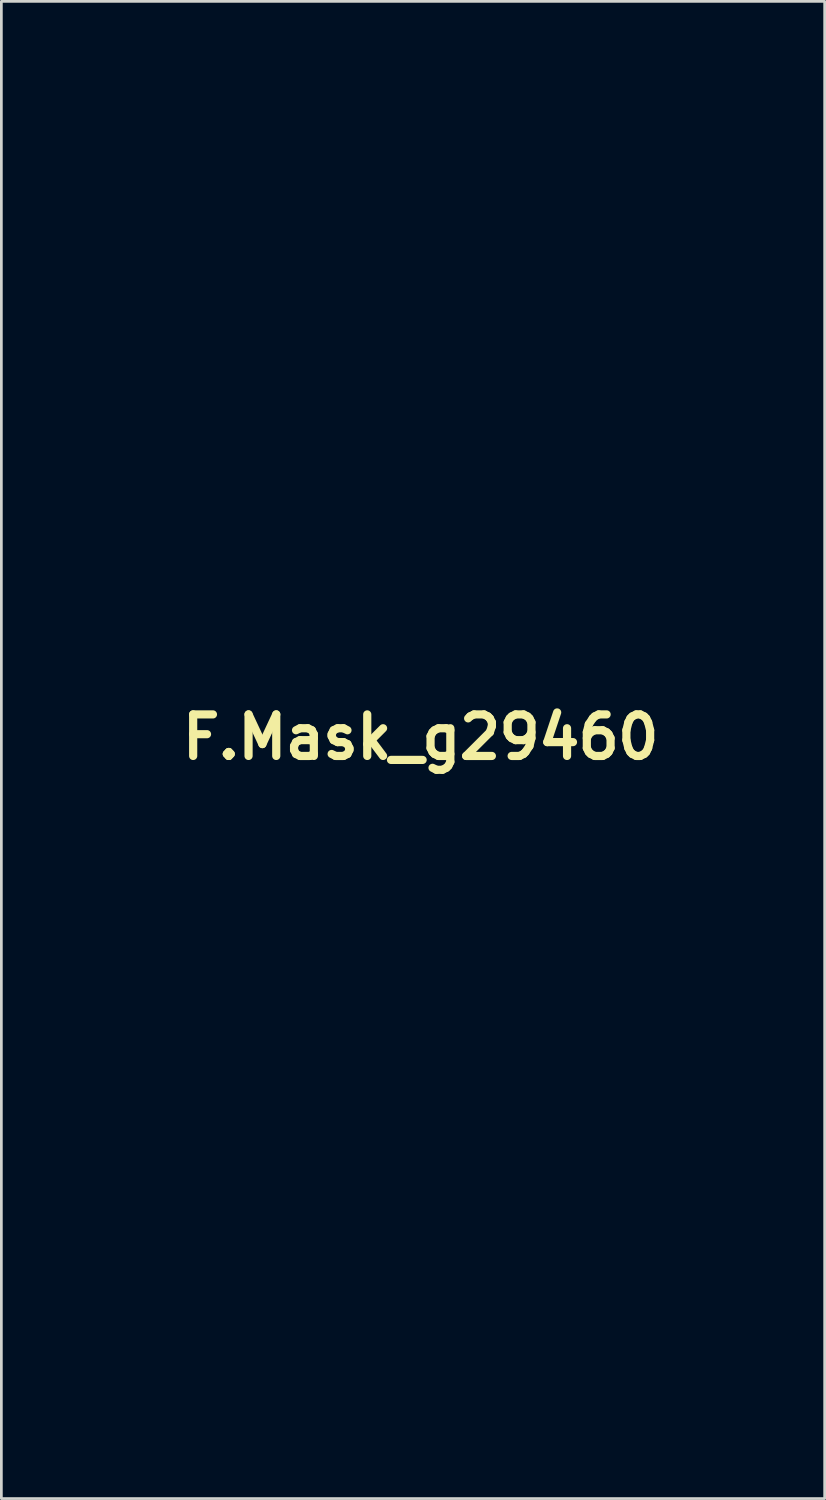
<source format=kicad_pcb>
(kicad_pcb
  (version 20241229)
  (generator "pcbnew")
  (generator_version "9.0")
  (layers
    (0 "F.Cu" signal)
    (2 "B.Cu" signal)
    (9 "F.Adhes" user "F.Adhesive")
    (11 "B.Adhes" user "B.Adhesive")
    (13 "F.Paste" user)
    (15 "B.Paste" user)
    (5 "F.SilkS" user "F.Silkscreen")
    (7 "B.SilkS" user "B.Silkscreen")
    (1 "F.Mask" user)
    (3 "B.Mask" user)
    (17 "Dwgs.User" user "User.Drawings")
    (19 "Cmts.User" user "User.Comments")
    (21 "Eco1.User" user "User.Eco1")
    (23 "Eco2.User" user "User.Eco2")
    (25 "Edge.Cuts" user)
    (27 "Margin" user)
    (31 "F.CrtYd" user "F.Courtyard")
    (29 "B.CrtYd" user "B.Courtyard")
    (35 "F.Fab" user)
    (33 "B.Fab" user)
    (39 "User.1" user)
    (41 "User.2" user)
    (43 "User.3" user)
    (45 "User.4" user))
  (footprint "F.Mask_g29460"
    (layer "F.Cu")
    (at 12.382 23.993)
    (property "Reference" "F.Mask_g29460" (at 0 0 0) (layer "F.SilkS") (effects (font (size 1.524 1.524) (thickness 0.3))))
    (attr through_hole)
    (fp_poly (pts (xy -11.079 -19.152) (xy -10.831 -19.037) (xy -10.629 -18.855) (xy -10.482 -18.612) (xy -10.431 -18.471) (xy -10.391 -18.188) (xy -10.433 -17.915) (xy -10.557 -17.658) (xy -10.597 -17.602) (xy -10.792 -17.413) (xy -11.03 -17.287) (xy -11.292 -17.228) (xy -11.562 -17.239) (xy -11.823 -17.325) (xy -11.877 -17.353) (xy -12.099 -17.522) (xy -12.255 -17.726) (xy -12.346 -17.953) (xy -12.376 -18.183) (xy -11.825 -18.183) (xy -11.79 -18.05) (xy -11.686 -17.896) (xy -11.539 -17.804) (xy -11.369 -17.778) (xy -11.196 -17.823) (xy -11.098 -17.887) (xy -10.977 -18.034) (xy -10.939 -18.202) (xy -10.982 -18.391) (xy -11.083 -18.538) (xy -11.228 -18.626) (xy -11.396 -18.651) (xy -11.565 -18.61) (xy -11.697 -18.517) (xy -11.802 -18.36) (xy -11.825 -18.183) (xy -12.376 -18.183) (xy -12.377 -18.192) (xy -12.35 -18.429) (xy -12.27 -18.654) (xy -12.138 -18.855) (xy -11.959 -19.019) (xy -11.735 -19.135) (xy -11.471 -19.191) (xy -11.368 -19.195) (xy -11.079 -19.152)) (stroke (width 0.01) (type solid)) (fill yes) (layer "F.Mask"))
    (fp_poly (pts (xy -5.85 10.117) (xy -5.652 10.189) (xy -5.416 10.357) (xy -5.243 10.57) (xy -5.135 10.814) (xy -5.096 11.075) (xy -5.128 11.339) (xy -5.234 11.593) (xy -5.331 11.732) (xy -5.522 11.899) (xy -5.759 12.011) (xy -6.021 12.064) (xy -6.285 12.051) (xy -6.498 11.986) (xy -6.74 11.833) (xy -6.917 11.627) (xy -7.027 11.375) (xy -7.055 11.158) (xy -6.518 11.158) (xy -6.454 11.319) (xy -6.396 11.391) (xy -6.24 11.493) (xy -6.066 11.518) (xy -5.891 11.466) (xy -5.804 11.406) (xy -5.695 11.269) (xy -5.652 11.112) (xy -5.669 10.954) (xy -5.737 10.812) (xy -5.849 10.702) (xy -5.996 10.641) (xy -6.153 10.643) (xy -6.325 10.714) (xy -6.447 10.836) (xy -6.513 10.991) (xy -6.518 11.158) (xy -7.055 11.158) (xy -7.065 11.082) (xy -7.062 10.988) (xy -7.011 10.718) (xy -6.891 10.492) (xy -6.698 10.301) (xy -6.589 10.227) (xy -6.361 10.13) (xy -6.105 10.093) (xy -5.85 10.117)) (stroke (width 0.01) (type solid)) (fill yes) (layer "F.Mask"))
    (fp_poly (pts (xy 0.701 -23.191) (xy 0.827 -23.141) (xy 1.074 -22.984) (xy 1.253 -22.779) (xy 1.361 -22.528) (xy 1.396 -22.237) (xy 1.357 -21.954) (xy 1.252 -21.709) (xy 1.09 -21.51) (xy 0.884 -21.362) (xy 0.644 -21.273) (xy 0.384 -21.251) (xy 0.113 -21.301) (xy -0.038 -21.363) (xy -0.27 -21.521) (xy -0.439 -21.725) (xy -0.543 -21.961) (xy -0.58 -22.216) (xy -0.567 -22.314) (xy -0.02 -22.314) (xy -0.019 -22.156) (xy 0.04 -22.014) (xy 0.143 -21.899) (xy 0.277 -21.823) (xy 0.428 -21.796) (xy 0.584 -21.829) (xy 0.723 -21.925) (xy 0.808 -22.032) (xy 0.843 -22.148) (xy 0.847 -22.237) (xy 0.812 -22.422) (xy 0.72 -22.562) (xy 0.588 -22.651) (xy 0.434 -22.685) (xy 0.274 -22.659) (xy 0.126 -22.566) (xy 0.05 -22.478) (xy -0.02 -22.314) (xy -0.567 -22.314) (xy -0.546 -22.476) (xy -0.439 -22.727) (xy -0.313 -22.899) (xy -0.09 -23.09) (xy 0.159 -23.204) (xy 0.426 -23.238) (xy 0.701 -23.191)) (stroke (width 0.01) (type solid)) (fill yes) (layer "F.Mask"))
    (fp_poly (pts (xy 4.121 -3.52) (xy 4.352 -3.448) (xy 4.561 -3.323) (xy 4.737 -3.147) (xy 4.866 -2.921) (xy 4.937 -2.657) (xy 4.934 -2.388) (xy 4.859 -2.141) (xy 4.721 -1.924) (xy 4.531 -1.748) (xy 4.302 -1.624) (xy 4.042 -1.562) (xy 3.789 -1.567) (xy 3.525 -1.646) (xy 3.305 -1.787) (xy 3.134 -1.98) (xy 3.019 -2.21) (xy 2.966 -2.465) (xy 2.968 -2.499) (xy 3.511 -2.499) (xy 3.557 -2.343) (xy 3.659 -2.216) (xy 3.809 -2.136) (xy 3.944 -2.118) (xy 4.1 -2.138) (xy 4.215 -2.19) (xy 4.218 -2.192) (xy 4.341 -2.337) (xy 4.393 -2.503) (xy 4.378 -2.671) (xy 4.297 -2.82) (xy 4.152 -2.933) (xy 4.12 -2.948) (xy 3.932 -2.989) (xy 3.764 -2.948) (xy 3.621 -2.83) (xy 3.53 -2.667) (xy 3.511 -2.499) (xy 2.968 -2.499) (xy 2.983 -2.733) (xy 3.074 -2.999) (xy 3.228 -3.228) (xy 3.422 -3.392) (xy 3.644 -3.494) (xy 3.881 -3.536) (xy 4.121 -3.52)) (stroke (width 0.01) (type solid)) (fill yes) (layer "F.Mask"))
    (fp_poly (pts (xy 4.271 20.443) (xy 4.519 20.552) (xy 4.72 20.722) (xy 4.863 20.945) (xy 4.941 21.213) (xy 4.953 21.376) (xy 4.916 21.672) (xy 4.81 21.926) (xy 4.637 22.13) (xy 4.401 22.279) (xy 4.257 22.332) (xy 4.082 22.376) (xy 3.941 22.387) (xy 3.792 22.365) (xy 3.747 22.355) (xy 3.483 22.251) (xy 3.267 22.086) (xy 3.107 21.874) (xy 3.009 21.626) (xy 2.986 21.397) (xy 3.531 21.397) (xy 3.573 21.564) (xy 3.675 21.714) (xy 3.819 21.801) (xy 3.986 21.824) (xy 4.157 21.777) (xy 4.285 21.687) (xy 4.383 21.54) (xy 4.41 21.37) (xy 4.366 21.2) (xy 4.279 21.079) (xy 4.126 20.978) (xy 3.956 20.947) (xy 3.789 20.987) (xy 3.673 21.071) (xy 3.561 21.232) (xy 3.531 21.397) (xy 2.986 21.397) (xy 2.982 21.357) (xy 3.022 21.115) (xy 3.14 20.844) (xy 3.314 20.635) (xy 3.54 20.491) (xy 3.814 20.416) (xy 3.982 20.405) (xy 4.271 20.443)) (stroke (width 0.01) (type solid)) (fill yes) (layer "F.Mask"))
    (fp_poly (pts (xy 9.294 17.703) (xy 9.421 17.753) (xy 9.668 17.91) (xy 9.847 18.115) (xy 9.955 18.366) (xy 9.99 18.657) (xy 9.951 18.94) (xy 9.845 19.185) (xy 9.683 19.384) (xy 9.477 19.532) (xy 9.238 19.621) (xy 8.977 19.643) (xy 8.706 19.593) (xy 8.556 19.531) (xy 8.324 19.373) (xy 8.154 19.169) (xy 8.05 18.933) (xy 8.014 18.678) (xy 8.027 18.58) (xy 8.574 18.58) (xy 8.575 18.738) (xy 8.633 18.88) (xy 8.736 18.995) (xy 8.87 19.071) (xy 9.022 19.098) (xy 9.178 19.065) (xy 9.317 18.969) (xy 9.402 18.862) (xy 9.436 18.746) (xy 9.44 18.657) (xy 9.406 18.472) (xy 9.314 18.332) (xy 9.182 18.243) (xy 9.027 18.209) (xy 8.867 18.235) (xy 8.719 18.328) (xy 8.644 18.416) (xy 8.574 18.58) (xy 8.027 18.58) (xy 8.048 18.418) (xy 8.154 18.167) (xy 8.281 17.995) (xy 8.504 17.804) (xy 8.753 17.69) (xy 9.02 17.656) (xy 9.294 17.703)) (stroke (width 0.01) (type solid)) (fill yes) (layer "F.Mask"))
    (fp_poly (pts (xy -5.953 -11.064) (xy -5.697 -10.974) (xy -5.472 -10.819) (xy -5.295 -10.61) (xy -5.223 -10.471) (xy -5.178 -10.289) (xy -5.168 -10.068) (xy -5.192 -9.847) (xy -5.245 -9.671) (xy -5.391 -9.445) (xy -5.59 -9.273) (xy -5.828 -9.159) (xy -6.088 -9.109) (xy -6.355 -9.128) (xy -6.604 -9.218) (xy -6.837 -9.385) (xy -7.007 -9.601) (xy -7.11 -9.852) (xy -7.136 -10.097) (xy -6.583 -10.097) (xy -6.573 -9.961) (xy -6.533 -9.867) (xy -6.445 -9.776) (xy -6.28 -9.674) (xy -6.103 -9.657) (xy -5.926 -9.716) (xy -5.796 -9.813) (xy -5.73 -9.948) (xy -5.715 -10.097) (xy -5.739 -10.276) (xy -5.817 -10.401) (xy -5.926 -10.477) (xy -6.115 -10.537) (xy -6.291 -10.514) (xy -6.445 -10.417) (xy -6.534 -10.324) (xy -6.574 -10.23) (xy -6.583 -10.097) (xy -7.136 -10.097) (xy -7.139 -10.126) (xy -7.098 -10.375) (xy -6.981 -10.638) (xy -6.802 -10.846) (xy -6.569 -10.993) (xy -6.29 -11.072) (xy -6.225 -11.08) (xy -5.953 -11.064)) (stroke (width 0.01) (type solid)) (fill yes) (layer "F.Mask"))
    (fp_poly (pts (xy -5.826 -3.486) (xy -5.603 -3.375) (xy -5.406 -3.199) (xy -5.293 -3.037) (xy -5.212 -2.875) (xy -5.174 -2.726) (xy -5.166 -2.561) (xy -5.204 -2.268) (xy -5.311 -2.014) (xy -5.478 -1.809) (xy -5.694 -1.66) (xy -5.951 -1.575) (xy -6.24 -1.561) (xy -6.35 -1.575) (xy -6.598 -1.658) (xy -6.812 -1.808) (xy -6.982 -2.009) (xy -7.097 -2.246) (xy -7.14 -2.476) (xy -6.586 -2.476) (xy -6.517 -2.306) (xy -6.395 -2.185) (xy -6.241 -2.12) (xy -6.073 -2.117) (xy -5.91 -2.182) (xy -5.839 -2.24) (xy -5.745 -2.387) (xy -5.718 -2.553) (xy -5.752 -2.719) (xy -5.84 -2.861) (xy -5.977 -2.96) (xy -6.05 -2.984) (xy -6.224 -2.983) (xy -6.381 -2.916) (xy -6.506 -2.798) (xy -6.579 -2.645) (xy -6.586 -2.476) (xy -7.14 -2.476) (xy -7.145 -2.503) (xy -7.138 -2.657) (xy -7.064 -2.929) (xy -6.932 -3.155) (xy -6.754 -3.331) (xy -6.542 -3.454) (xy -6.309 -3.523) (xy -6.066 -3.535) (xy -5.826 -3.486)) (stroke (width 0.01) (type solid)) (fill yes) (layer "F.Mask"))
    (fp_poly (pts (xy -5.693 17.956) (xy -5.459 18.109) (xy -5.268 18.323) (xy -5.148 18.568) (xy -5.1 18.829) (xy -5.125 19.092) (xy -5.223 19.344) (xy -5.392 19.567) (xy -5.602 19.722) (xy -5.85 19.82) (xy -6.115 19.855) (xy -6.371 19.824) (xy -6.477 19.787) (xy -6.711 19.642) (xy -6.897 19.44) (xy -7.023 19.197) (xy -7.079 18.931) (xy -7.08 18.891) (xy -6.533 18.891) (xy -6.493 19.049) (xy -6.384 19.196) (xy -6.37 19.209) (xy -6.222 19.286) (xy -6.05 19.302) (xy -5.886 19.255) (xy -5.832 19.221) (xy -5.708 19.078) (xy -5.653 18.912) (xy -5.666 18.743) (xy -5.747 18.591) (xy -5.857 18.497) (xy -6.03 18.43) (xy -6.192 18.434) (xy -6.333 18.495) (xy -6.444 18.601) (xy -6.514 18.738) (xy -6.533 18.891) (xy -7.08 18.891) (xy -7.08 18.884) (xy -7.045 18.59) (xy -6.937 18.338) (xy -6.757 18.131) (xy -6.506 17.97) (xy -6.498 17.966) (xy -6.225 17.88) (xy -5.954 17.877) (xy -5.693 17.956)) (stroke (width 0.01) (type solid)) (fill yes) (layer "F.Mask"))
    (fp_poly (pts (xy -3.467 -3.529) (xy -3.209 -3.458) (xy -2.987 -3.328) (xy -2.83 -3.162) (xy -2.71 -2.943) (xy -2.639 -2.699) (xy -2.626 -2.542) (xy -2.665 -2.258) (xy -2.774 -2.011) (xy -2.941 -1.809) (xy -3.159 -1.662) (xy -3.415 -1.576) (xy -3.7 -1.561) (xy -3.81 -1.575) (xy -4.058 -1.658) (xy -4.272 -1.808) (xy -4.442 -2.009) (xy -4.557 -2.246) (xy -4.604 -2.496) (xy -4.057 -2.496) (xy -4.017 -2.357) (xy -3.9 -2.21) (xy -3.734 -2.132) (xy -3.606 -2.118) (xy -3.464 -2.132) (xy -3.356 -2.188) (xy -3.299 -2.24) (xy -3.205 -2.387) (xy -3.178 -2.553) (xy -3.212 -2.719) (xy -3.3 -2.861) (xy -3.437 -2.96) (xy -3.51 -2.984) (xy -3.683 -2.984) (xy -3.838 -2.92) (xy -3.961 -2.805) (xy -4.038 -2.659) (xy -4.057 -2.496) (xy -4.604 -2.496) (xy -4.605 -2.503) (xy -4.598 -2.657) (xy -4.523 -2.93) (xy -4.385 -3.16) (xy -4.198 -3.34) (xy -3.974 -3.465) (xy -3.726 -3.53) (xy -3.467 -3.529)) (stroke (width 0.01) (type solid)) (fill yes) (layer "F.Mask"))
    (fp_poly (pts (xy -3.32 -0.978) (xy -3.078 -0.873) (xy -2.881 -0.712) (xy -2.735 -0.506) (xy -2.646 -0.268) (xy -2.623 -0.008) (xy -2.672 0.262) (xy -2.735 0.416) (xy -2.89 0.649) (xy -3.096 0.815) (xy -3.328 0.914) (xy -3.504 0.957) (xy -3.649 0.965) (xy -3.808 0.94) (xy -3.831 0.934) (xy -4.102 0.828) (xy -4.32 0.66) (xy -4.478 0.439) (xy -4.57 0.174) (xy -4.588 -0.022) (xy -4.056 -0.022) (xy -4.003 0.165) (xy -3.998 0.175) (xy -3.884 0.313) (xy -3.733 0.388) (xy -3.564 0.398) (xy -3.399 0.341) (xy -3.291 0.253) (xy -3.195 0.095) (xy -3.171 -0.071) (xy -3.211 -0.228) (xy -3.308 -0.357) (xy -3.455 -0.442) (xy -3.606 -0.465) (xy -3.8 -0.429) (xy -3.946 -0.334) (xy -4.034 -0.193) (xy -4.056 -0.022) (xy -4.588 -0.022) (xy -4.59 -0.042) (xy -4.553 -0.335) (xy -4.447 -0.585) (xy -4.278 -0.784) (xy -4.054 -0.925) (xy -3.781 -1.003) (xy -3.598 -1.016) (xy -3.32 -0.978)) (stroke (width 0.01) (type solid)) (fill yes) (layer "F.Mask"))
    (fp_poly (pts (xy -0.801 10.121) (xy -0.614 10.189) (xy -0.379 10.355) (xy -0.209 10.562) (xy -0.102 10.797) (xy -0.059 11.046) (xy -0.081 11.297) (xy -0.169 11.536) (xy -0.321 11.749) (xy -0.54 11.925) (xy -0.561 11.937) (xy -0.828 12.045) (xy -1.105 12.069) (xy -1.384 12.011) (xy -1.529 11.947) (xy -1.751 11.788) (xy -1.91 11.586) (xy -2.008 11.354) (xy -2.043 11.106) (xy -2.04 11.078) (xy -1.499 11.078) (xy -1.47 11.226) (xy -1.391 11.355) (xy -1.276 11.453) (xy -1.135 11.51) (xy -0.979 11.511) (xy -0.82 11.446) (xy -0.768 11.408) (xy -0.648 11.26) (xy -0.609 11.091) (xy -0.65 10.908) (xy -0.754 10.757) (xy -0.899 10.666) (xy -1.067 10.641) (xy -1.236 10.683) (xy -1.366 10.776) (xy -1.468 10.924) (xy -1.499 11.078) (xy -2.04 11.078) (xy -2.016 10.856) (xy -1.927 10.616) (xy -1.776 10.402) (xy -1.564 10.227) (xy -1.522 10.203) (xy -1.301 10.121) (xy -1.05 10.094) (xy -0.801 10.121)) (stroke (width 0.01) (type solid)) (fill yes) (layer "F.Mask"))
    (fp_poly (pts (xy 1.676 10.119) (xy 1.922 10.217) (xy 2.146 10.385) (xy 2.213 10.457) (xy 2.36 10.688) (xy 2.434 10.941) (xy 2.438 11.2) (xy 2.376 11.45) (xy 2.251 11.679) (xy 2.066 11.87) (xy 1.832 12.008) (xy 1.652 12.052) (xy 1.434 12.062) (xy 1.214 12.038) (xy 1.037 11.985) (xy 0.8 11.832) (xy 0.623 11.628) (xy 0.51 11.387) (xy 0.468 11.132) (xy 1.013 11.132) (xy 1.058 11.288) (xy 1.16 11.415) (xy 1.31 11.495) (xy 1.447 11.514) (xy 1.602 11.493) (xy 1.718 11.442) (xy 1.72 11.44) (xy 1.851 11.289) (xy 1.9 11.119) (xy 1.866 10.934) (xy 1.841 10.878) (xy 1.725 10.735) (xy 1.573 10.657) (xy 1.404 10.644) (xy 1.24 10.701) (xy 1.124 10.8) (xy 1.033 10.963) (xy 1.013 11.132) (xy 0.468 11.132) (xy 0.466 11.123) (xy 0.496 10.85) (xy 0.577 10.63) (xy 0.734 10.399) (xy 0.937 10.232) (xy 1.17 10.128) (xy 1.421 10.09) (xy 1.676 10.119)) (stroke (width 0.01) (type solid)) (fill yes) (layer "F.Mask"))
    (fp_poly (pts (xy 1.749 12.781) (xy 1.999 12.891) (xy 2.202 13.066) (xy 2.351 13.296) (xy 2.436 13.576) (xy 2.441 13.609) (xy 2.44 13.875) (xy 2.362 14.12) (xy 2.202 14.352) (xy 2.14 14.417) (xy 1.905 14.603) (xy 1.655 14.706) (xy 1.391 14.725) (xy 1.126 14.665) (xy 0.867 14.53) (xy 0.669 14.336) (xy 0.567 14.165) (xy 0.48 13.889) (xy 0.472 13.707) (xy 1.016 13.707) (xy 1.054 13.896) (xy 1.157 14.048) (xy 1.31 14.148) (xy 1.465 14.179) (xy 1.556 14.158) (xy 1.671 14.102) (xy 1.698 14.085) (xy 1.832 13.951) (xy 1.894 13.786) (xy 1.88 13.61) (xy 1.846 13.528) (xy 1.732 13.389) (xy 1.587 13.311) (xy 1.428 13.291) (xy 1.274 13.324) (xy 1.142 13.408) (xy 1.05 13.537) (xy 1.016 13.707) (xy 0.472 13.707) (xy 0.469 13.619) (xy 0.528 13.366) (xy 0.649 13.142) (xy 0.826 12.957) (xy 1.051 12.823) (xy 1.318 12.751) (xy 1.46 12.742) (xy 1.749 12.781)) (stroke (width 0.01) (type solid)) (fill yes) (layer "F.Mask"))
    (fp_poly (pts (xy 4.109 1.504) (xy 4.359 1.586) (xy 4.581 1.729) (xy 4.761 1.923) (xy 4.888 2.155) (xy 4.948 2.415) (xy 4.951 2.503) (xy 4.909 2.766) (xy 4.797 2.999) (xy 4.63 3.195) (xy 4.421 3.346) (xy 4.181 3.442) (xy 3.925 3.476) (xy 3.666 3.44) (xy 3.535 3.391) (xy 3.296 3.236) (xy 3.116 3.026) (xy 3.003 2.771) (xy 2.972 2.545) (xy 3.512 2.545) (xy 3.566 2.705) (xy 3.637 2.797) (xy 3.793 2.901) (xy 3.966 2.925) (xy 4.14 2.871) (xy 4.243 2.797) (xy 4.352 2.652) (xy 4.39 2.488) (xy 4.363 2.326) (xy 4.277 2.184) (xy 4.137 2.082) (xy 4.029 2.048) (xy 3.851 2.051) (xy 3.701 2.119) (xy 3.589 2.235) (xy 3.523 2.383) (xy 3.512 2.545) (xy 2.972 2.545) (xy 2.963 2.485) (xy 2.963 2.483) (xy 3.002 2.197) (xy 3.113 1.946) (xy 3.287 1.74) (xy 3.515 1.589) (xy 3.788 1.504) (xy 3.842 1.496) (xy 4.109 1.504)) (stroke (width 0.01) (type solid)) (fill yes) (layer "F.Mask"))
    (fp_poly (pts (xy 4.244 -6.007) (xy 4.477 -5.902) (xy 4.678 -5.74) (xy 4.833 -5.525) (xy 4.915 -5.317) (xy 4.948 -5.048) (xy 4.907 -4.793) (xy 4.802 -4.562) (xy 4.645 -4.365) (xy 4.445 -4.21) (xy 4.213 -4.109) (xy 3.959 -4.07) (xy 3.694 -4.104) (xy 3.625 -4.126) (xy 3.378 -4.254) (xy 3.186 -4.435) (xy 3.05 -4.655) (xy 2.975 -4.9) (xy 2.966 -5.092) (xy 3.512 -5.092) (xy 3.537 -4.912) (xy 3.559 -4.857) (xy 3.664 -4.721) (xy 3.817 -4.641) (xy 3.996 -4.625) (xy 4.125 -4.656) (xy 4.266 -4.749) (xy 4.353 -4.889) (xy 4.382 -5.053) (xy 4.35 -5.22) (xy 4.254 -5.368) (xy 4.234 -5.387) (xy 4.076 -5.484) (xy 3.916 -5.508) (xy 3.766 -5.471) (xy 3.639 -5.382) (xy 3.55 -5.252) (xy 3.512 -5.092) (xy 2.966 -5.092) (xy 2.963 -5.156) (xy 3.017 -5.409) (xy 3.14 -5.644) (xy 3.265 -5.787) (xy 3.489 -5.946) (xy 3.736 -6.034) (xy 3.992 -6.053) (xy 4.244 -6.007)) (stroke (width 0.01) (type solid)) (fill yes) (layer "F.Mask"))
    (fp_poly (pts (xy 4.267 12.794) (xy 4.494 12.908) (xy 4.683 13.076) (xy 4.824 13.292) (xy 4.903 13.549) (xy 4.916 13.712) (xy 4.88 14.004) (xy 4.772 14.26) (xy 4.598 14.47) (xy 4.392 14.61) (xy 4.221 14.673) (xy 4.02 14.71) (xy 3.825 14.717) (xy 3.683 14.695) (xy 3.413 14.568) (xy 3.197 14.389) (xy 3.042 14.169) (xy 2.954 13.919) (xy 2.947 13.787) (xy 3.489 13.787) (xy 3.55 13.943) (xy 3.66 14.069) (xy 3.804 14.151) (xy 3.965 14.176) (xy 4.12 14.134) (xy 4.267 14.017) (xy 4.345 13.852) (xy 4.359 13.723) (xy 4.325 13.543) (xy 4.23 13.405) (xy 4.094 13.317) (xy 3.932 13.288) (xy 3.764 13.326) (xy 3.649 13.398) (xy 3.557 13.497) (xy 3.499 13.601) (xy 3.495 13.614) (xy 3.489 13.787) (xy 2.947 13.787) (xy 2.939 13.651) (xy 2.979 13.45) (xy 3.094 13.191) (xy 3.265 12.991) (xy 3.478 12.853) (xy 3.748 12.76) (xy 4.015 12.743) (xy 4.267 12.794)) (stroke (width 0.01) (type solid)) (fill yes) (layer "F.Mask"))
    (fp_poly (pts (xy 11.101 -20.749) (xy 11.336 -20.648) (xy 11.53 -20.494) (xy 11.677 -20.3) (xy 11.774 -20.077) (xy 11.816 -19.837) (xy 11.799 -19.594) (xy 11.72 -19.359) (xy 11.573 -19.145) (xy 11.436 -19.02) (xy 11.192 -18.874) (xy 10.937 -18.808) (xy 10.659 -18.819) (xy 10.521 -18.849) (xy 10.368 -18.921) (xy 10.203 -19.048) (xy 10.049 -19.206) (xy 9.929 -19.374) (xy 9.873 -19.499) (xy 9.829 -19.782) (xy 9.84 -19.866) (xy 10.392 -19.866) (xy 10.396 -19.705) (xy 10.455 -19.567) (xy 10.586 -19.422) (xy 10.743 -19.353) (xy 10.91 -19.362) (xy 11.074 -19.451) (xy 11.117 -19.49) (xy 11.233 -19.654) (xy 11.269 -19.826) (xy 11.225 -19.993) (xy 11.137 -20.112) (xy 10.989 -20.211) (xy 10.833 -20.24) (xy 10.681 -20.209) (xy 10.548 -20.129) (xy 10.447 -20.011) (xy 10.392 -19.866) (xy 9.84 -19.866) (xy 9.862 -20.05) (xy 9.962 -20.293) (xy 10.121 -20.499) (xy 10.331 -20.657) (xy 10.583 -20.756) (xy 10.828 -20.785) (xy 11.101 -20.749)) (stroke (width 0.01) (type solid)) (fill yes) (layer "F.Mask"))
    (fp_poly (pts (xy -5.925 22.941) (xy -5.67 23.021) (xy -5.443 23.168) (xy -5.29 23.335) (xy -5.158 23.579) (xy -5.102 23.83) (xy -5.114 24.079) (xy -5.187 24.313) (xy -5.312 24.523) (xy -5.484 24.698) (xy -5.694 24.827) (xy -5.936 24.9) (xy -6.201 24.906) (xy -6.362 24.875) (xy -6.613 24.767) (xy -6.813 24.603) (xy -6.96 24.397) (xy -7.05 24.163) (xy -7.078 23.945) (xy -6.536 23.945) (xy -6.487 24.115) (xy -6.413 24.215) (xy -6.266 24.328) (xy -6.106 24.363) (xy -5.923 24.321) (xy -5.854 24.291) (xy -5.774 24.222) (xy -5.7 24.115) (xy -5.693 24.101) (xy -5.647 23.926) (xy -5.672 23.767) (xy -5.751 23.635) (xy -5.873 23.539) (xy -6.021 23.488) (xy -6.181 23.493) (xy -6.339 23.563) (xy -6.409 23.62) (xy -6.51 23.774) (xy -6.536 23.945) (xy -7.078 23.945) (xy -7.082 23.914) (xy -7.052 23.664) (xy -6.958 23.426) (xy -6.797 23.214) (xy -6.699 23.129) (xy -6.455 22.993) (xy -6.192 22.931) (xy -5.925 22.941)) (stroke (width 0.01) (type solid)) (fill yes) (layer "F.Mask"))
    (fp_poly (pts (xy -5.901 5.081) (xy -5.671 5.154) (xy -5.46 5.289) (xy -5.282 5.487) (xy -5.209 5.608) (xy -5.117 5.873) (xy -5.101 6.14) (xy -5.158 6.396) (xy -5.28 6.627) (xy -5.463 6.821) (xy -5.7 6.965) (xy -5.818 7.007) (xy -5.991 7.052) (xy -6.127 7.062) (xy -6.271 7.039) (xy -6.392 7.005) (xy -6.651 6.884) (xy -6.853 6.704) (xy -6.991 6.472) (xy -7.061 6.195) (xy -7.068 6.072) (xy -6.522 6.072) (xy -6.481 6.243) (xy -6.429 6.327) (xy -6.291 6.458) (xy -6.143 6.508) (xy -5.972 6.48) (xy -5.896 6.449) (xy -5.75 6.338) (xy -5.667 6.188) (xy -5.65 6.019) (xy -5.702 5.851) (xy -5.782 5.744) (xy -5.94 5.639) (xy -6.116 5.616) (xy -6.249 5.651) (xy -6.4 5.755) (xy -6.493 5.902) (xy -6.522 6.072) (xy -7.068 6.072) (xy -7.069 6.051) (xy -7.033 5.774) (xy -6.934 5.538) (xy -6.783 5.346) (xy -6.592 5.202) (xy -6.374 5.108) (xy -6.139 5.067) (xy -5.901 5.081)) (stroke (width 0.01) (type solid)) (fill yes) (layer "F.Mask"))
    (fp_poly (pts (xy -3.324 1.535) (xy -3.107 1.63) (xy -2.879 1.806) (xy -2.724 2.025) (xy -2.641 2.289) (xy -2.626 2.492) (xy -2.664 2.773) (xy -2.771 3.015) (xy -2.933 3.214) (xy -3.141 3.36) (xy -3.381 3.448) (xy -3.644 3.471) (xy -3.918 3.421) (xy -4.048 3.37) (xy -4.281 3.218) (xy -4.455 3.012) (xy -4.566 2.768) (xy -4.607 2.498) (xy -4.605 2.483) (xy -4.043 2.483) (xy -4.032 2.618) (xy -3.987 2.713) (xy -3.905 2.797) (xy -3.736 2.901) (xy -3.561 2.925) (xy -3.393 2.871) (xy -3.299 2.797) (xy -3.2 2.648) (xy -3.171 2.486) (xy -3.202 2.327) (xy -3.286 2.188) (xy -3.413 2.087) (xy -3.574 2.041) (xy -3.691 2.048) (xy -3.867 2.118) (xy -3.986 2.248) (xy -4.04 2.428) (xy -4.043 2.483) (xy -4.605 2.483) (xy -4.571 2.215) (xy -4.563 2.185) (xy -4.477 2.009) (xy -4.334 1.83) (xy -4.157 1.673) (xy -3.971 1.559) (xy -3.883 1.527) (xy -3.604 1.491) (xy -3.324 1.535)) (stroke (width 0.01) (type solid)) (fill yes) (layer "F.Mask"))
    (fp_poly (pts (xy -3.299 22.969) (xy -3.055 23.076) (xy -2.854 23.242) (xy -2.703 23.453) (xy -2.612 23.699) (xy -2.588 23.969) (xy -2.631 24.221) (xy -2.718 24.404) (xy -2.858 24.587) (xy -3.025 24.74) (xy -3.128 24.805) (xy -3.322 24.876) (xy -3.54 24.911) (xy -3.741 24.906) (xy -3.789 24.896) (xy -4.062 24.783) (xy -4.301 24.593) (xy -4.305 24.589) (xy -4.466 24.367) (xy -4.554 24.126) (xy -4.571 23.915) (xy -4.022 23.915) (xy -3.986 24.099) (xy -3.889 24.239) (xy -3.748 24.329) (xy -3.58 24.358) (xy -3.399 24.32) (xy -3.311 24.273) (xy -3.201 24.154) (xy -3.146 23.989) (xy -3.148 23.84) (xy -3.196 23.685) (xy -3.292 23.577) (xy -3.422 23.508) (xy -3.597 23.475) (xy -3.762 23.515) (xy -3.9 23.613) (xy -3.993 23.758) (xy -4.022 23.915) (xy -4.571 23.915) (xy -4.574 23.879) (xy -4.531 23.636) (xy -4.431 23.412) (xy -4.279 23.216) (xy -4.08 23.063) (xy -3.839 22.964) (xy -3.577 22.93) (xy -3.299 22.969)) (stroke (width 0.01) (type solid)) (fill yes) (layer "F.Mask"))
    (fp_poly (pts (xy -3.286 -5.992) (xy -3.194 -5.953) (xy -2.947 -5.797) (xy -2.769 -5.592) (xy -2.661 -5.34) (xy -2.626 -5.05) (xy -2.661 -4.768) (xy -2.766 -4.528) (xy -2.948 -4.32) (xy -2.965 -4.305) (xy -3.209 -4.148) (xy -3.474 -4.07) (xy -3.75 -4.074) (xy -4.027 -4.16) (xy -4.054 -4.173) (xy -4.285 -4.333) (xy -4.458 -4.545) (xy -4.565 -4.795) (xy -4.598 -5.052) (xy -4.043 -5.052) (xy -4.032 -4.917) (xy -3.987 -4.822) (xy -3.905 -4.738) (xy -3.736 -4.634) (xy -3.561 -4.61) (xy -3.393 -4.664) (xy -3.299 -4.738) (xy -3.201 -4.888) (xy -3.17 -5.058) (xy -3.202 -5.226) (xy -3.294 -5.369) (xy -3.43 -5.462) (xy -3.615 -5.499) (xy -3.786 -5.462) (xy -3.925 -5.363) (xy -4.016 -5.213) (xy -4.043 -5.052) (xy -4.598 -5.052) (xy -4.6 -5.068) (xy -4.572 -5.293) (xy -4.522 -5.445) (xy -4.442 -5.579) (xy -4.313 -5.727) (xy -4.302 -5.739) (xy -4.069 -5.927) (xy -3.821 -6.032) (xy -3.56 -6.054) (xy -3.286 -5.992)) (stroke (width 0.01) (type solid)) (fill yes) (layer "F.Mask"))
    (fp_poly (pts (xy -3.276 10.142) (xy -3.042 10.258) (xy -2.845 10.43) (xy -2.695 10.648) (xy -2.605 10.904) (xy -2.583 11.117) (xy -2.622 11.351) (xy -2.73 11.582) (xy -2.891 11.788) (xy -3.091 11.949) (xy -3.205 12.008) (xy -3.385 12.052) (xy -3.604 12.062) (xy -3.823 12.038) (xy -4 11.985) (xy -4.234 11.836) (xy -4.405 11.644) (xy -4.515 11.422) (xy -4.566 11.182) (xy -4.562 11.078) (xy -4.024 11.078) (xy -3.996 11.242) (xy -3.899 11.39) (xy -3.898 11.391) (xy -3.75 11.487) (xy -3.579 11.522) (xy -3.41 11.495) (xy -3.281 11.412) (xy -3.173 11.255) (xy -3.139 11.088) (xy -3.17 10.926) (xy -3.26 10.788) (xy -3.401 10.69) (xy -3.586 10.649) (xy -3.604 10.649) (xy -3.774 10.685) (xy -3.906 10.781) (xy -3.991 10.919) (xy -4.024 11.078) (xy -4.562 11.078) (xy -4.558 10.938) (xy -4.493 10.702) (xy -4.373 10.487) (xy -4.198 10.306) (xy -3.971 10.171) (xy -3.805 10.116) (xy -3.534 10.092) (xy -3.276 10.142)) (stroke (width 0.01) (type solid)) (fill yes) (layer "F.Mask"))
    (fp_poly (pts (xy -0.67 15.302) (xy -0.435 15.428) (xy -0.241 15.618) (xy -0.123 15.812) (xy -0.068 15.995) (xy -0.045 16.215) (xy -0.056 16.433) (xy -0.099 16.607) (xy -0.239 16.84) (xy -0.435 17.024) (xy -0.67 17.153) (xy -0.927 17.218) (xy -1.192 17.213) (xy -1.349 17.172) (xy -1.469 17.112) (xy -1.605 17.022) (xy -1.656 16.982) (xy -1.845 16.773) (xy -1.964 16.536) (xy -2.014 16.283) (xy -2.009 16.206) (xy -1.461 16.206) (xy -1.442 16.361) (xy -1.372 16.5) (xy -1.263 16.608) (xy -1.123 16.672) (xy -0.961 16.676) (xy -0.833 16.632) (xy -0.686 16.515) (xy -0.608 16.35) (xy -0.594 16.221) (xy -0.628 16.04) (xy -0.722 15.902) (xy -0.858 15.814) (xy -1.018 15.786) (xy -1.185 15.823) (xy -1.313 15.907) (xy -1.422 16.05) (xy -1.461 16.206) (xy -2.009 16.206) (xy -1.997 16.029) (xy -1.914 15.787) (xy -1.767 15.572) (xy -1.558 15.397) (xy -1.472 15.349) (xy -1.202 15.258) (xy -0.93 15.244) (xy -0.67 15.302)) (stroke (width 0.01) (type solid)) (fill yes) (layer "F.Mask"))
    (fp_poly (pts (xy 1.741 22.961) (xy 1.978 23.064) (xy 2.179 23.226) (xy 2.333 23.437) (xy 2.428 23.689) (xy 2.453 23.918) (xy 2.416 24.196) (xy 2.309 24.44) (xy 2.147 24.642) (xy 1.94 24.794) (xy 1.7 24.886) (xy 1.438 24.912) (xy 1.167 24.861) (xy 1.151 24.856) (xy 0.887 24.723) (xy 0.687 24.537) (xy 0.555 24.301) (xy 0.494 24.02) (xy 0.49 23.918) (xy 1.016 23.918) (xy 1.053 24.074) (xy 1.147 24.219) (xy 1.275 24.318) (xy 1.283 24.322) (xy 1.393 24.367) (xy 1.469 24.377) (xy 1.553 24.355) (xy 1.626 24.325) (xy 1.782 24.222) (xy 1.875 24.081) (xy 1.907 23.921) (xy 1.878 23.761) (xy 1.789 23.619) (xy 1.64 23.515) (xy 1.59 23.496) (xy 1.419 23.48) (xy 1.256 23.533) (xy 1.123 23.641) (xy 1.037 23.791) (xy 1.016 23.918) (xy 0.49 23.918) (xy 0.528 23.625) (xy 0.638 23.373) (xy 0.815 23.169) (xy 1.054 23.019) (xy 1.204 22.965) (xy 1.479 22.925) (xy 1.741 22.961)) (stroke (width 0.01) (type solid)) (fill yes) (layer "F.Mask"))
    (fp_poly (pts (xy 4.235 -0.98) (xy 4.489 -0.875) (xy 4.692 -0.71) (xy 4.836 -0.49) (xy 4.915 -0.222) (xy 4.929 -0.042) (xy 4.905 0.216) (xy 4.825 0.431) (xy 4.678 0.632) (xy 4.662 0.649) (xy 4.457 0.813) (xy 4.209 0.917) (xy 3.942 0.955) (xy 3.681 0.923) (xy 3.65 0.914) (xy 3.404 0.794) (xy 3.209 0.619) (xy 3.068 0.404) (xy 2.984 0.162) (xy 2.967 -0.034) (xy 3.508 -0.034) (xy 3.545 0.134) (xy 3.604 0.231) (xy 3.741 0.362) (xy 3.89 0.412) (xy 4.065 0.386) (xy 4.126 0.363) (xy 4.272 0.262) (xy 4.366 0.115) (xy 4.397 -0.054) (xy 4.358 -0.221) (xy 4.355 -0.225) (xy 4.238 -0.372) (xy 4.073 -0.451) (xy 3.944 -0.465) (xy 3.765 -0.43) (xy 3.627 -0.334) (xy 3.538 -0.196) (xy 3.508 -0.034) (xy 2.967 -0.034) (xy 2.962 -0.092) (xy 3.005 -0.344) (xy 3.116 -0.58) (xy 3.242 -0.735) (xy 3.459 -0.901) (xy 3.7 -0.993) (xy 3.937 -1.016) (xy 4.235 -0.98)) (stroke (width 0.01) (type solid)) (fill yes) (layer "F.Mask"))
    (fp_poly (pts (xy 6.723 10.117) (xy 6.921 10.189) (xy 7.161 10.359) (xy 7.336 10.572) (xy 7.444 10.815) (xy 7.482 11.075) (xy 7.446 11.339) (xy 7.334 11.595) (xy 7.27 11.69) (xy 7.077 11.876) (xy 6.839 12.002) (xy 6.576 12.064) (xy 6.306 12.056) (xy 6.075 11.986) (xy 5.899 11.874) (xy 5.732 11.712) (xy 5.601 11.53) (xy 5.546 11.41) (xy 5.52 11.278) (xy 5.509 11.106) (xy 5.509 11.098) (xy 6.054 11.098) (xy 6.09 11.273) (xy 6.185 11.406) (xy 6.323 11.49) (xy 6.484 11.517) (xy 6.652 11.479) (xy 6.769 11.406) (xy 6.884 11.261) (xy 6.927 11.095) (xy 6.902 10.928) (xy 6.809 10.78) (xy 6.683 10.686) (xy 6.512 10.639) (xy 6.347 10.665) (xy 6.204 10.753) (xy 6.101 10.89) (xy 6.055 11.067) (xy 6.054 11.098) (xy 5.509 11.098) (xy 5.511 10.982) (xy 5.563 10.714) (xy 5.686 10.487) (xy 5.883 10.296) (xy 5.984 10.227) (xy 6.212 10.13) (xy 6.468 10.093) (xy 6.723 10.117)) (stroke (width 0.01) (type solid)) (fill yes) (layer "F.Mask"))
    (fp_poly (pts (xy 7.98 -16.012) (xy 8.199 -15.893) (xy 8.384 -15.725) (xy 8.522 -15.517) (xy 8.604 -15.276) (xy 8.619 -15.013) (xy 8.595 -14.864) (xy 8.492 -14.602) (xy 8.328 -14.387) (xy 8.115 -14.227) (xy 7.867 -14.128) (xy 7.597 -14.098) (xy 7.317 -14.142) (xy 7.265 -14.159) (xy 7.035 -14.284) (xy 6.85 -14.472) (xy 6.719 -14.707) (xy 6.653 -14.975) (xy 6.647 -15.083) (xy 6.648 -15.091) (xy 7.197 -15.091) (xy 7.232 -14.904) (xy 7.325 -14.761) (xy 7.46 -14.671) (xy 7.619 -14.641) (xy 7.787 -14.678) (xy 7.917 -14.764) (xy 8.037 -14.918) (xy 8.074 -15.087) (xy 8.03 -15.261) (xy 7.993 -15.323) (xy 7.856 -15.46) (xy 7.69 -15.525) (xy 7.514 -15.516) (xy 7.347 -15.431) (xy 7.299 -15.388) (xy 7.228 -15.291) (xy 7.199 -15.166) (xy 7.197 -15.091) (xy 6.648 -15.091) (xy 6.68 -15.376) (xy 6.783 -15.621) (xy 6.958 -15.822) (xy 7.205 -15.98) (xy 7.218 -15.986) (xy 7.478 -16.067) (xy 7.736 -16.073) (xy 7.98 -16.012)) (stroke (width 0.01) (type solid)) (fill yes) (layer "F.Mask"))
    (fp_poly (pts (xy 9.311 -13.545) (xy 9.478 -13.477) (xy 9.713 -13.316) (xy 9.884 -13.099) (xy 9.99 -12.829) (xy 9.991 -12.825) (xy 10.017 -12.553) (xy 9.97 -12.297) (xy 9.86 -12.068) (xy 9.697 -11.875) (xy 9.492 -11.727) (xy 9.256 -11.634) (xy 9 -11.606) (xy 8.733 -11.652) (xy 8.702 -11.662) (xy 8.441 -11.795) (xy 8.242 -11.982) (xy 8.111 -12.217) (xy 8.052 -12.495) (xy 8.051 -12.506) (xy 8.053 -12.608) (xy 8.595 -12.608) (xy 8.63 -12.414) (xy 8.725 -12.268) (xy 8.865 -12.18) (xy 9.035 -12.157) (xy 9.22 -12.209) (xy 9.23 -12.214) (xy 9.373 -12.329) (xy 9.452 -12.482) (xy 9.464 -12.65) (xy 9.408 -12.814) (xy 9.309 -12.93) (xy 9.145 -13.022) (xy 8.977 -13.041) (xy 8.82 -12.996) (xy 8.693 -12.895) (xy 8.613 -12.744) (xy 8.595 -12.608) (xy 8.053 -12.608) (xy 8.056 -12.774) (xy 8.114 -12.994) (xy 8.232 -13.192) (xy 8.292 -13.262) (xy 8.512 -13.448) (xy 8.763 -13.558) (xy 9.033 -13.591) (xy 9.311 -13.545)) (stroke (width 0.01) (type solid)) (fill yes) (layer "F.Mask"))
    (fp_poly (pts (xy -8.453 -11.064) (xy -8.194 -10.974) (xy -7.968 -10.818) (xy -7.791 -10.607) (xy -7.721 -10.471) (xy -7.687 -10.348) (xy -7.666 -10.186) (xy -7.662 -10.09) (xy -7.7 -9.812) (xy -7.806 -9.57) (xy -7.967 -9.371) (xy -8.173 -9.222) (xy -8.41 -9.131) (xy -8.668 -9.104) (xy -8.935 -9.148) (xy -9.107 -9.22) (xy -9.336 -9.379) (xy -9.5 -9.577) (xy -9.601 -9.801) (xy -9.641 -10.039) (xy -9.637 -10.097) (xy -9.081 -10.097) (xy -9.071 -9.961) (xy -9.03 -9.867) (xy -8.942 -9.776) (xy -8.776 -9.675) (xy -8.598 -9.654) (xy -8.453 -9.699) (xy -8.305 -9.818) (xy -8.227 -9.983) (xy -8.215 -10.097) (xy -8.25 -10.28) (xy -8.345 -10.421) (xy -8.481 -10.509) (xy -8.642 -10.539) (xy -8.811 -10.503) (xy -8.942 -10.417) (xy -9.031 -10.324) (xy -9.071 -10.23) (xy -9.081 -10.097) (xy -9.637 -10.097) (xy -9.623 -10.279) (xy -9.549 -10.509) (xy -9.423 -10.715) (xy -9.246 -10.887) (xy -9.021 -11.012) (xy -8.75 -11.077) (xy -8.73 -11.079) (xy -8.453 -11.064)) (stroke (width 0.01) (type solid)) (fill yes) (layer "F.Mask"))
    (fp_poly (pts (xy -8.422 -0.996) (xy -8.244 -0.946) (xy -8.222 -0.935) (xy -7.982 -0.768) (xy -7.806 -0.555) (xy -7.698 -0.308) (xy -7.662 -0.04) (xy -7.702 0.236) (xy -7.773 0.416) (xy -7.928 0.649) (xy -8.134 0.815) (xy -8.366 0.914) (xy -8.541 0.957) (xy -8.686 0.965) (xy -8.845 0.94) (xy -8.869 0.934) (xy -9.134 0.828) (xy -9.356 0.652) (xy -9.527 0.416) (xy -9.589 0.279) (xy -9.644 0.025) (xy -9.64 -0.022) (xy -9.094 -0.022) (xy -9.04 0.165) (xy -9.035 0.175) (xy -8.922 0.313) (xy -8.77 0.388) (xy -8.602 0.398) (xy -8.437 0.341) (xy -8.329 0.253) (xy -8.232 0.095) (xy -8.208 -0.071) (xy -8.249 -0.228) (xy -8.346 -0.357) (xy -8.493 -0.442) (xy -8.643 -0.465) (xy -8.838 -0.429) (xy -8.984 -0.334) (xy -9.072 -0.193) (xy -9.094 -0.022) (xy -9.64 -0.022) (xy -9.623 -0.234) (xy -9.535 -0.481) (xy -9.386 -0.7) (xy -9.185 -0.876) (xy -9.029 -0.959) (xy -8.852 -1.004) (xy -8.637 -1.016) (xy -8.422 -0.996)) (stroke (width 0.01) (type solid)) (fill yes) (layer "F.Mask"))
    (fp_poly (pts (xy -0.876 5.079) (xy -0.634 5.154) (xy -0.414 5.297) (xy -0.269 5.451) (xy -0.132 5.691) (xy -0.07 5.939) (xy -0.076 6.186) (xy -0.143 6.421) (xy -0.262 6.633) (xy -0.427 6.813) (xy -0.63 6.949) (xy -0.864 7.032) (xy -1.122 7.05) (xy -1.369 7.003) (xy -1.613 6.884) (xy -1.811 6.703) (xy -1.955 6.477) (xy -2.037 6.221) (xy -2.043 6.033) (xy -1.495 6.033) (xy -1.478 6.191) (xy -1.403 6.335) (xy -1.265 6.447) (xy -1.254 6.452) (xy -1.126 6.505) (xy -1.024 6.511) (xy -0.904 6.47) (xy -0.87 6.454) (xy -0.725 6.347) (xy -0.644 6.206) (xy -0.621 6.049) (xy -0.653 5.894) (xy -0.736 5.759) (xy -0.865 5.661) (xy -1.037 5.619) (xy -1.058 5.619) (xy -1.235 5.654) (xy -1.369 5.746) (xy -1.457 5.879) (xy -1.495 6.033) (xy -2.043 6.033) (xy -2.046 5.95) (xy -2.032 5.862) (xy -1.939 5.6) (xy -1.789 5.386) (xy -1.595 5.224) (xy -1.369 5.116) (xy -1.125 5.067) (xy -0.876 5.079)) (stroke (width 0.01) (type solid)) (fill yes) (layer "F.Mask"))
    (fp_poly (pts (xy 1.973 -15.457) (xy 2.219 -15.356) (xy 2.389 -15.233) (xy 2.571 -15.025) (xy 2.68 -14.792) (xy 2.723 -14.547) (xy 2.703 -14.302) (xy 2.625 -14.07) (xy 2.494 -13.863) (xy 2.314 -13.692) (xy 2.091 -13.57) (xy 1.829 -13.51) (xy 1.726 -13.505) (xy 1.551 -13.522) (xy 1.382 -13.565) (xy 1.333 -13.584) (xy 1.09 -13.739) (xy 0.906 -13.95) (xy 0.79 -14.204) (xy 0.749 -14.484) (xy 1.292 -14.484) (xy 1.327 -14.328) (xy 1.416 -14.197) (xy 1.543 -14.101) (xy 1.693 -14.053) (xy 1.851 -14.063) (xy 2.001 -14.143) (xy 2.009 -14.15) (xy 2.124 -14.296) (xy 2.169 -14.458) (xy 2.153 -14.619) (xy 2.083 -14.762) (xy 1.965 -14.871) (xy 1.806 -14.928) (xy 1.681 -14.929) (xy 1.516 -14.887) (xy 1.404 -14.797) (xy 1.325 -14.654) (xy 1.292 -14.484) (xy 0.749 -14.484) (xy 0.748 -14.49) (xy 0.748 -14.499) (xy 0.785 -14.777) (xy 0.888 -15.016) (xy 1.045 -15.213) (xy 1.244 -15.36) (xy 1.473 -15.454) (xy 1.72 -15.488) (xy 1.973 -15.457)) (stroke (width 0.01) (type solid)) (fill yes) (layer "F.Mask"))
    (fp_poly (pts (xy 4.256 10.129) (xy 4.443 10.203) (xy 4.664 10.371) (xy 4.831 10.588) (xy 4.936 10.839) (xy 4.97 11.105) (xy 4.955 11.251) (xy 4.867 11.517) (xy 4.717 11.738) (xy 4.518 11.907) (xy 4.285 12.019) (xy 4.029 12.068) (xy 3.765 12.046) (xy 3.505 11.949) (xy 3.482 11.937) (xy 3.258 11.765) (xy 3.1 11.554) (xy 3.007 11.317) (xy 2.985 11.116) (xy 3.528 11.116) (xy 3.536 11.179) (xy 3.608 11.328) (xy 3.736 11.439) (xy 3.896 11.502) (xy 4.066 11.508) (xy 4.222 11.45) (xy 4.228 11.446) (xy 4.354 11.313) (xy 4.412 11.154) (xy 4.406 10.988) (xy 4.34 10.835) (xy 4.216 10.714) (xy 4.1 10.661) (xy 3.972 10.634) (xy 3.867 10.648) (xy 3.785 10.682) (xy 3.647 10.79) (xy 3.557 10.944) (xy 3.528 11.116) (xy 2.985 11.116) (xy 2.979 11.067) (xy 3.017 10.817) (xy 3.118 10.581) (xy 3.284 10.371) (xy 3.513 10.201) (xy 3.535 10.189) (xy 3.755 10.114) (xy 4.007 10.094) (xy 4.256 10.129)) (stroke (width 0.01) (type solid)) (fill yes) (layer "F.Mask"))
    (fp_poly (pts (xy 9.236 20.211) (xy 9.472 20.298) (xy 9.683 20.449) (xy 9.853 20.661) (xy 9.935 20.811) (xy 9.976 20.941) (xy 9.99 21.096) (xy 9.991 21.156) (xy 9.954 21.453) (xy 9.845 21.708) (xy 9.671 21.915) (xy 9.435 22.067) (xy 9.287 22.123) (xy 9.112 22.166) (xy 8.967 22.174) (xy 8.808 22.149) (xy 8.784 22.143) (xy 8.527 22.041) (xy 8.313 21.877) (xy 8.149 21.666) (xy 8.045 21.423) (xy 8.022 21.256) (xy 8.575 21.256) (xy 8.614 21.376) (xy 8.729 21.519) (xy 8.882 21.597) (xy 9.051 21.608) (xy 9.217 21.55) (xy 9.324 21.462) (xy 9.418 21.307) (xy 9.44 21.143) (xy 9.4 20.987) (xy 9.307 20.855) (xy 9.171 20.762) (xy 9.001 20.726) (xy 8.902 20.735) (xy 8.755 20.802) (xy 8.645 20.927) (xy 8.581 21.086) (xy 8.575 21.256) (xy 8.022 21.256) (xy 8.009 21.16) (xy 8.04 20.925) (xy 8.148 20.668) (xy 8.309 20.464) (xy 8.512 20.315) (xy 8.743 20.221) (xy 8.989 20.186) (xy 9.236 20.211)) (stroke (width 0.01) (type solid)) (fill yes) (layer "F.Mask"))
    (fp_poly (pts (xy -5.867 15.259) (xy -5.632 15.345) (xy -5.406 15.502) (xy -5.243 15.702) (xy -5.141 15.933) (xy -5.1 16.181) (xy -5.121 16.431) (xy -5.204 16.669) (xy -5.348 16.883) (xy -5.553 17.057) (xy -5.635 17.104) (xy -5.825 17.172) (xy -6.049 17.207) (xy -6.262 17.204) (xy -6.34 17.19) (xy -6.584 17.088) (xy -6.791 16.922) (xy -6.951 16.709) (xy -7.053 16.465) (xy -7.087 16.205) (xy -7.087 16.204) (xy -6.528 16.204) (xy -6.509 16.361) (xy -6.433 16.503) (xy -6.294 16.611) (xy -6.291 16.612) (xy -6.172 16.663) (xy -6.076 16.673) (xy -5.962 16.641) (xy -5.903 16.617) (xy -5.767 16.518) (xy -5.675 16.369) (xy -5.644 16.199) (xy -5.652 16.126) (xy -5.725 15.978) (xy -5.856 15.863) (xy -6.022 15.798) (xy -6.103 15.79) (xy -6.275 15.825) (xy -6.407 15.918) (xy -6.492 16.05) (xy -6.528 16.204) (xy -7.087 16.204) (xy -7.073 16.059) (xy -6.984 15.789) (xy -6.832 15.565) (xy -6.632 15.394) (xy -6.396 15.282) (xy -6.137 15.235) (xy -5.867 15.259)) (stroke (width 0.01) (type solid)) (fill yes) (layer "F.Mask"))
    (fp_poly (pts (xy -5.8 20.443) (xy -5.547 20.552) (xy -5.342 20.728) (xy -5.193 20.962) (xy -5.12 21.18) (xy -5.099 21.449) (xy -5.152 21.702) (xy -5.267 21.929) (xy -5.434 22.12) (xy -5.641 22.266) (xy -5.879 22.355) (xy -6.137 22.379) (xy -6.383 22.334) (xy -6.647 22.208) (xy -6.856 22.023) (xy -7.001 21.786) (xy -7.065 21.574) (xy -7.075 21.359) (xy -6.534 21.359) (xy -6.516 21.516) (xy -6.436 21.66) (xy -6.289 21.776) (xy -6.286 21.777) (xy -6.172 21.828) (xy -6.078 21.838) (xy -5.965 21.807) (xy -5.903 21.782) (xy -5.77 21.686) (xy -5.678 21.542) (xy -5.643 21.38) (xy -5.651 21.298) (xy -5.731 21.132) (xy -5.866 21.012) (xy -6.034 20.957) (xy -6.073 20.955) (xy -6.26 20.989) (xy -6.402 21.079) (xy -6.495 21.208) (xy -6.534 21.359) (xy -7.075 21.359) (xy -7.079 21.284) (xy -7.015 21.015) (xy -6.877 20.777) (xy -6.671 20.583) (xy -6.585 20.528) (xy -6.439 20.455) (xy -6.303 20.418) (xy -6.134 20.405) (xy -6.092 20.405) (xy -5.8 20.443)) (stroke (width 0.01) (type solid)) (fill yes) (layer "F.Mask"))
    (fp_poly (pts (xy -5.797 12.756) (xy -5.534 12.874) (xy -5.325 13.054) (xy -5.176 13.287) (xy -5.097 13.563) (xy -5.093 13.59) (xy -5.1 13.871) (xy -5.183 14.134) (xy -5.333 14.363) (xy -5.542 14.544) (xy -5.644 14.601) (xy -5.865 14.67) (xy -6.118 14.688) (xy -6.365 14.656) (xy -6.501 14.61) (xy -6.726 14.464) (xy -6.899 14.264) (xy -7.012 14.026) (xy -7.062 13.766) (xy -7.056 13.676) (xy -6.519 13.676) (xy -6.493 13.829) (xy -6.427 13.976) (xy -6.337 14.081) (xy -6.318 14.094) (xy -6.206 14.127) (xy -6.056 14.136) (xy -5.911 14.12) (xy -5.84 14.096) (xy -5.763 14.028) (xy -5.694 13.929) (xy -5.634 13.739) (xy -5.657 13.563) (xy -5.754 13.41) (xy -5.847 13.321) (xy -5.941 13.281) (xy -6.075 13.271) (xy -6.21 13.281) (xy -6.304 13.322) (xy -6.396 13.41) (xy -6.493 13.559) (xy -6.519 13.676) (xy -7.056 13.676) (xy -7.043 13.5) (xy -6.953 13.25) (xy -6.786 13.017) (xy -6.57 12.847) (xy -6.319 12.744) (xy -6.045 12.716) (xy -5.797 12.756)) (stroke (width 0.01) (type solid)) (fill yes) (layer "F.Mask"))
    (fp_poly (pts (xy -3.307 5.105) (xy -3.056 5.213) (xy -2.848 5.393) (xy -2.687 5.643) (xy -2.683 5.652) (xy -2.597 5.924) (xy -2.595 6.196) (xy -2.674 6.457) (xy -2.827 6.69) (xy -3.028 6.87) (xy -3.265 6.993) (xy -3.517 7.051) (xy -3.764 7.037) (xy -3.789 7.032) (xy -4.054 6.926) (xy -4.269 6.765) (xy -4.43 6.563) (xy -4.533 6.331) (xy -4.575 6.082) (xy -4.571 6.042) (xy -4.023 6.042) (xy -4.006 6.192) (xy -3.93 6.329) (xy -3.79 6.44) (xy -3.752 6.459) (xy -3.644 6.502) (xy -3.569 6.513) (xy -3.484 6.49) (xy -3.409 6.459) (xy -3.27 6.36) (xy -3.171 6.211) (xy -3.133 6.045) (xy -3.133 6.045) (xy -3.169 5.896) (xy -3.261 5.756) (xy -3.386 5.659) (xy -3.438 5.639) (xy -3.625 5.623) (xy -3.783 5.67) (xy -3.906 5.766) (xy -3.988 5.895) (xy -4.023 6.042) (xy -4.571 6.042) (xy -4.551 5.83) (xy -4.456 5.587) (xy -4.305 5.383) (xy -4.08 5.2) (xy -3.83 5.097) (xy -3.602 5.07) (xy -3.307 5.105)) (stroke (width 0.01) (type solid)) (fill yes) (layer "F.Mask"))
    (fp_poly (pts (xy -3.299 12.765) (xy -3.061 12.87) (xy -2.851 13.052) (xy -2.827 13.079) (xy -2.676 13.313) (xy -2.6 13.563) (xy -2.593 13.817) (xy -2.651 14.062) (xy -2.768 14.285) (xy -2.939 14.474) (xy -3.158 14.615) (xy -3.422 14.697) (xy -3.472 14.704) (xy -3.622 14.711) (xy -3.759 14.7) (xy -3.789 14.694) (xy -4.062 14.581) (xy -4.301 14.391) (xy -4.305 14.386) (xy -4.467 14.164) (xy -4.555 13.923) (xy -4.572 13.712) (xy -4.022 13.712) (xy -3.986 13.896) (xy -3.89 14.037) (xy -3.75 14.126) (xy -3.584 14.156) (xy -3.408 14.119) (xy -3.302 14.059) (xy -3.194 13.933) (xy -3.146 13.769) (xy -3.163 13.591) (xy -3.189 13.523) (xy -3.296 13.379) (xy -3.437 13.298) (xy -3.594 13.276) (xy -3.749 13.309) (xy -3.883 13.392) (xy -3.98 13.522) (xy -4.021 13.694) (xy -4.022 13.712) (xy -4.572 13.712) (xy -4.575 13.676) (xy -4.532 13.434) (xy -4.432 13.21) (xy -4.279 13.016) (xy -4.079 12.863) (xy -3.838 12.764) (xy -3.577 12.732) (xy -3.299 12.765)) (stroke (width 0.01) (type solid)) (fill yes) (layer "F.Mask"))
    (fp_poly (pts (xy -1.465 -15.024) (xy -1.222 -14.897) (xy -1.071 -14.767) (xy -0.911 -14.544) (xy -0.822 -14.296) (xy -0.804 -14.038) (xy -0.852 -13.784) (xy -0.966 -13.55) (xy -1.141 -13.349) (xy -1.34 -13.216) (xy -1.542 -13.141) (xy -1.765 -13.104) (xy -1.968 -13.11) (xy -2.011 -13.119) (xy -2.277 -13.228) (xy -2.499 -13.401) (xy -2.665 -13.624) (xy -2.766 -13.886) (xy -2.792 -14.105) (xy -2.244 -14.105) (xy -2.207 -13.943) (xy -2.112 -13.795) (xy -1.98 -13.695) (xy -1.976 -13.693) (xy -1.866 -13.649) (xy -1.791 -13.638) (xy -1.707 -13.661) (xy -1.634 -13.69) (xy -1.471 -13.798) (xy -1.377 -13.951) (xy -1.355 -14.097) (xy -1.392 -14.279) (xy -1.493 -14.42) (xy -1.641 -14.509) (xy -1.82 -14.533) (xy -1.923 -14.516) (xy -2.069 -14.437) (xy -2.182 -14.306) (xy -2.24 -14.15) (xy -2.244 -14.105) (xy -2.792 -14.105) (xy -2.794 -14.123) (xy -2.764 -14.302) (xy -2.688 -14.504) (xy -2.581 -14.693) (xy -2.471 -14.825) (xy -2.246 -14.982) (xy -1.993 -15.067) (xy -1.727 -15.081) (xy -1.465 -15.024)) (stroke (width 0.01) (type solid)) (fill yes) (layer "F.Mask"))
    (fp_poly (pts (xy -0.861 12.735) (xy -0.615 12.809) (xy -0.395 12.943) (xy -0.213 13.134) (xy -0.083 13.375) (xy -0.04 13.521) (xy -0.021 13.788) (xy -0.077 14.047) (xy -0.2 14.282) (xy -0.38 14.479) (xy -0.607 14.622) (xy -0.723 14.666) (xy -0.877 14.708) (xy -0.99 14.725) (xy -1.101 14.715) (xy -1.247 14.681) (xy -1.282 14.672) (xy -1.533 14.565) (xy -1.732 14.403) (xy -1.879 14.198) (xy -1.97 13.964) (xy -1.999 13.733) (xy -1.452 13.733) (xy -1.413 13.899) (xy -1.314 14.043) (xy -1.164 14.141) (xy -1.052 14.174) (xy -0.947 14.164) (xy -0.825 14.115) (xy -0.696 14.018) (xy -0.614 13.901) (xy -0.568 13.725) (xy -0.592 13.566) (xy -0.671 13.433) (xy -0.792 13.336) (xy -0.94 13.286) (xy -1.1 13.29) (xy -1.259 13.36) (xy -1.329 13.418) (xy -1.425 13.566) (xy -1.452 13.733) (xy -1.999 13.733) (xy -2.002 13.715) (xy -1.973 13.465) (xy -1.88 13.227) (xy -1.721 13.016) (xy -1.619 12.927) (xy -1.375 12.789) (xy -1.118 12.726) (xy -0.861 12.735)) (stroke (width 0.01) (type solid)) (fill yes) (layer "F.Mask"))
    (fp_poly (pts (xy 1.675 5.096) (xy 1.914 5.185) (xy 2.128 5.336) (xy 2.303 5.548) (xy 2.328 5.59) (xy 2.404 5.794) (xy 2.436 6.03) (xy 2.421 6.266) (xy 2.359 6.468) (xy 2.354 6.477) (xy 2.184 6.72) (xy 1.969 6.901) (xy 1.72 7.013) (xy 1.448 7.051) (xy 1.183 7.014) (xy 0.929 6.903) (xy 0.724 6.733) (xy 0.575 6.518) (xy 0.488 6.271) (xy 0.471 6.054) (xy 1.016 6.054) (xy 1.054 6.24) (xy 1.164 6.384) (xy 1.286 6.459) (xy 1.394 6.502) (xy 1.469 6.513) (xy 1.553 6.49) (xy 1.628 6.459) (xy 1.768 6.36) (xy 1.867 6.211) (xy 1.905 6.045) (xy 1.905 6.045) (xy 1.866 5.888) (xy 1.767 5.747) (xy 1.627 5.65) (xy 1.584 5.635) (xy 1.395 5.62) (xy 1.228 5.676) (xy 1.1 5.791) (xy 1.027 5.953) (xy 1.016 6.054) (xy 0.471 6.054) (xy 0.467 6.006) (xy 0.518 5.736) (xy 0.584 5.583) (xy 0.742 5.361) (xy 0.945 5.202) (xy 1.177 5.104) (xy 1.425 5.069) (xy 1.675 5.096)) (stroke (width 0.01) (type solid)) (fill yes) (layer "F.Mask"))
    (fp_poly (pts (xy 4.191 5.09) (xy 4.416 5.169) (xy 4.616 5.298) (xy 4.78 5.476) (xy 4.895 5.7) (xy 4.95 5.965) (xy 4.953 6.044) (xy 4.944 6.211) (xy 4.92 6.365) (xy 4.896 6.447) (xy 4.756 6.677) (xy 4.559 6.859) (xy 4.321 6.984) (xy 4.06 7.045) (xy 3.792 7.034) (xy 3.683 7.006) (xy 3.418 6.881) (xy 3.212 6.698) (xy 3.07 6.464) (xy 2.998 6.187) (xy 2.99 6.07) (xy 3.532 6.07) (xy 3.569 6.237) (xy 3.672 6.379) (xy 3.773 6.449) (xy 3.955 6.501) (xy 4.126 6.469) (xy 4.281 6.355) (xy 4.286 6.349) (xy 4.382 6.189) (xy 4.405 6.017) (xy 4.357 5.853) (xy 4.245 5.718) (xy 4.133 5.651) (xy 3.948 5.614) (xy 3.776 5.661) (xy 3.666 5.744) (xy 3.563 5.899) (xy 3.532 6.07) (xy 2.99 6.07) (xy 2.989 6.051) (xy 2.996 5.872) (xy 3.026 5.737) (xy 3.088 5.604) (xy 3.106 5.573) (xy 3.278 5.35) (xy 3.484 5.193) (xy 3.713 5.099) (xy 3.952 5.066) (xy 4.191 5.09)) (stroke (width 0.01) (type solid)) (fill yes) (layer "F.Mask"))
    (fp_poly (pts (xy 4.207 22.955) (xy 4.445 23.046) (xy 4.655 23.201) (xy 4.825 23.421) (xy 4.93 23.681) (xy 4.959 23.947) (xy 4.918 24.205) (xy 4.813 24.443) (xy 4.649 24.645) (xy 4.432 24.8) (xy 4.191 24.889) (xy 4.061 24.917) (xy 3.972 24.927) (xy 3.885 24.917) (xy 3.763 24.888) (xy 3.718 24.875) (xy 3.455 24.762) (xy 3.236 24.578) (xy 3.104 24.396) (xy 3.01 24.157) (xy 2.984 23.912) (xy 3.53 23.912) (xy 3.553 24.071) (xy 3.632 24.204) (xy 3.752 24.301) (xy 3.898 24.351) (xy 4.056 24.346) (xy 4.211 24.276) (xy 4.286 24.21) (xy 4.375 24.08) (xy 4.403 23.928) (xy 4.403 23.918) (xy 4.368 23.739) (xy 4.277 23.604) (xy 4.146 23.517) (xy 3.994 23.481) (xy 3.837 23.5) (xy 3.695 23.579) (xy 3.583 23.721) (xy 3.576 23.736) (xy 3.53 23.912) (xy 2.984 23.912) (xy 2.982 23.893) (xy 3.02 23.632) (xy 3.092 23.454) (xy 3.26 23.228) (xy 3.469 23.064) (xy 3.706 22.964) (xy 3.957 22.928) (xy 4.207 22.955)) (stroke (width 0.01) (type solid)) (fill yes) (layer "F.Mask"))
    (fp_poly (pts (xy 6.705 -13.565) (xy 6.942 -13.477) (xy 7.152 -13.331) (xy 7.323 -13.129) (xy 7.441 -12.875) (xy 7.457 -12.821) (xy 7.483 -12.564) (xy 7.435 -12.313) (xy 7.324 -12.081) (xy 7.159 -11.881) (xy 6.951 -11.726) (xy 6.711 -11.629) (xy 6.48 -11.601) (xy 6.337 -11.618) (xy 6.183 -11.655) (xy 6.162 -11.662) (xy 5.901 -11.795) (xy 5.702 -11.982) (xy 5.571 -12.217) (xy 5.512 -12.495) (xy 5.511 -12.506) (xy 5.513 -12.608) (xy 6.055 -12.608) (xy 6.072 -12.449) (xy 6.133 -12.333) (xy 6.256 -12.228) (xy 6.264 -12.222) (xy 6.421 -12.157) (xy 6.591 -12.172) (xy 6.69 -12.214) (xy 6.833 -12.329) (xy 6.912 -12.482) (xy 6.924 -12.65) (xy 6.868 -12.814) (xy 6.769 -12.93) (xy 6.605 -13.022) (xy 6.437 -13.041) (xy 6.28 -12.997) (xy 6.154 -12.895) (xy 6.074 -12.745) (xy 6.055 -12.608) (xy 5.513 -12.608) (xy 5.516 -12.774) (xy 5.574 -12.994) (xy 5.692 -13.192) (xy 5.752 -13.262) (xy 5.965 -13.443) (xy 6.204 -13.551) (xy 6.455 -13.591) (xy 6.705 -13.565)) (stroke (width 0.01) (type solid)) (fill yes) (layer "F.Mask"))
    (fp_poly (pts (xy 6.706 -6.031) (xy 6.942 -5.943) (xy 7.153 -5.796) (xy 7.323 -5.594) (xy 7.442 -5.339) (xy 7.457 -5.285) (xy 7.483 -5.028) (xy 7.435 -4.777) (xy 7.324 -4.545) (xy 7.159 -4.346) (xy 6.951 -4.191) (xy 6.711 -4.093) (xy 6.48 -4.066) (xy 6.337 -4.082) (xy 6.183 -4.12) (xy 6.162 -4.127) (xy 5.901 -4.26) (xy 5.702 -4.447) (xy 5.571 -4.682) (xy 5.512 -4.959) (xy 5.511 -4.971) (xy 5.513 -5.073) (xy 6.055 -5.073) (xy 6.072 -4.913) (xy 6.133 -4.798) (xy 6.256 -4.692) (xy 6.264 -4.686) (xy 6.421 -4.621) (xy 6.591 -4.637) (xy 6.69 -4.679) (xy 6.833 -4.794) (xy 6.912 -4.947) (xy 6.924 -5.115) (xy 6.868 -5.279) (xy 6.769 -5.395) (xy 6.605 -5.487) (xy 6.437 -5.506) (xy 6.28 -5.461) (xy 6.154 -5.36) (xy 6.074 -5.21) (xy 6.055 -5.073) (xy 5.513 -5.073) (xy 5.516 -5.239) (xy 5.574 -5.459) (xy 5.692 -5.656) (xy 5.752 -5.727) (xy 5.965 -5.908) (xy 6.204 -6.017) (xy 6.455 -6.057) (xy 6.706 -6.031)) (stroke (width 0.01) (type solid)) (fill yes) (layer "F.Mask"))
    (fp_poly (pts (xy 9.381 15.306) (xy 9.463 15.34) (xy 9.696 15.488) (xy 9.866 15.678) (xy 9.974 15.896) (xy 10.023 16.131) (xy 10.016 16.37) (xy 9.954 16.601) (xy 9.84 16.812) (xy 9.677 16.991) (xy 9.465 17.125) (xy 9.209 17.202) (xy 9.116 17.213) (xy 8.903 17.211) (xy 8.725 17.177) (xy 8.71 17.172) (xy 8.452 17.034) (xy 8.252 16.833) (xy 8.154 16.672) (xy 8.059 16.396) (xy 8.053 16.258) (xy 8.594 16.258) (xy 8.632 16.404) (xy 8.731 16.537) (xy 8.869 16.636) (xy 9.023 16.679) (xy 9.038 16.679) (xy 9.162 16.662) (xy 9.272 16.597) (xy 9.339 16.535) (xy 9.446 16.381) (xy 9.481 16.221) (xy 9.454 16.069) (xy 9.374 15.938) (xy 9.251 15.842) (xy 9.095 15.794) (xy 8.917 15.808) (xy 8.825 15.841) (xy 8.703 15.94) (xy 8.621 16.093) (xy 8.594 16.258) (xy 8.053 16.258) (xy 8.047 16.121) (xy 8.116 15.858) (xy 8.265 15.616) (xy 8.338 15.535) (xy 8.57 15.359) (xy 8.828 15.261) (xy 9.101 15.242) (xy 9.381 15.306)) (stroke (width 0.01) (type solid)) (fill yes) (layer "F.Mask"))
    (fp_poly (pts (xy -9.708 12.735) (xy -9.463 12.809) (xy -9.243 12.943) (xy -9.061 13.134) (xy -8.931 13.375) (xy -8.887 13.521) (xy -8.868 13.788) (xy -8.925 14.047) (xy -9.048 14.282) (xy -9.227 14.479) (xy -9.455 14.622) (xy -9.571 14.666) (xy -9.725 14.708) (xy -9.838 14.725) (xy -9.949 14.715) (xy -10.094 14.681) (xy -10.13 14.672) (xy -10.38 14.565) (xy -10.58 14.403) (xy -10.727 14.198) (xy -10.817 13.964) (xy -10.845 13.749) (xy -10.294 13.749) (xy -10.251 13.909) (xy -10.147 14.045) (xy -9.988 14.141) (xy -9.849 14.177) (xy -9.79 14.163) (xy -9.691 14.124) (xy -9.672 14.115) (xy -9.538 14.011) (xy -9.446 13.864) (xy -9.412 13.701) (xy -9.419 13.632) (xy -9.493 13.465) (xy -9.617 13.349) (xy -9.773 13.289) (xy -9.94 13.29) (xy -10.099 13.359) (xy -10.171 13.422) (xy -10.27 13.581) (xy -10.294 13.749) (xy -10.845 13.749) (xy -10.849 13.715) (xy -10.82 13.465) (xy -10.728 13.227) (xy -10.568 13.016) (xy -10.466 12.927) (xy -10.223 12.789) (xy -9.966 12.726) (xy -9.708 12.735)) (stroke (width 0.01) (type solid)) (fill yes) (layer "F.Mask"))
    (fp_poly (pts (xy -7.386 -14.449) (xy -7.291 -14.415) (xy -7.078 -14.285) (xy -6.898 -14.094) (xy -6.766 -13.863) (xy -6.696 -13.613) (xy -6.689 -13.504) (xy -6.728 -13.248) (xy -6.838 -13.002) (xy -7.004 -12.788) (xy -7.212 -12.63) (xy -7.234 -12.618) (xy -7.429 -12.547) (xy -7.647 -12.511) (xy -7.847 -12.517) (xy -7.895 -12.526) (xy -8.168 -12.635) (xy -8.391 -12.805) (xy -8.555 -13.023) (xy -8.653 -13.28) (xy -8.677 -13.495) (xy -8.676 -13.504) (xy -8.128 -13.504) (xy -8.09 -13.318) (xy -7.98 -13.174) (xy -7.858 -13.099) (xy -7.75 -13.056) (xy -7.675 -13.045) (xy -7.591 -13.068) (xy -7.516 -13.099) (xy -7.376 -13.198) (xy -7.277 -13.347) (xy -7.239 -13.513) (xy -7.239 -13.513) (xy -7.278 -13.67) (xy -7.377 -13.811) (xy -7.517 -13.908) (xy -7.56 -13.923) (xy -7.749 -13.938) (xy -7.916 -13.882) (xy -8.044 -13.767) (xy -8.117 -13.605) (xy -8.128 -13.504) (xy -8.676 -13.504) (xy -8.64 -13.772) (xy -8.534 -14.015) (xy -8.372 -14.216) (xy -8.163 -14.368) (xy -7.922 -14.463) (xy -7.659 -14.492) (xy -7.386 -14.449)) (stroke (width 0.01) (type solid)) (fill yes) (layer "F.Mask"))
    (fp_poly (pts (xy -3.291 15.28) (xy -3.043 15.386) (xy -2.842 15.55) (xy -2.694 15.763) (xy -2.607 16.014) (xy -2.589 16.293) (xy -2.629 16.531) (xy -2.708 16.697) (xy -2.844 16.867) (xy -3.013 17.021) (xy -3.194 17.135) (xy -3.313 17.18) (xy -3.497 17.218) (xy -3.65 17.221) (xy -3.816 17.188) (xy -3.898 17.164) (xy -4.124 17.053) (xy -4.319 16.878) (xy -4.466 16.659) (xy -4.554 16.416) (xy -4.571 16.256) (xy -4.568 16.227) (xy -4.023 16.227) (xy -3.988 16.389) (xy -3.898 16.529) (xy -3.761 16.631) (xy -3.585 16.676) (xy -3.573 16.677) (xy -3.481 16.655) (xy -3.367 16.599) (xy -3.341 16.583) (xy -3.21 16.449) (xy -3.144 16.28) (xy -3.15 16.107) (xy -3.228 15.948) (xy -3.358 15.84) (xy -3.518 15.787) (xy -3.688 15.796) (xy -3.847 15.87) (xy -3.898 15.914) (xy -3.996 16.063) (xy -4.023 16.227) (xy -4.568 16.227) (xy -4.546 15.991) (xy -4.463 15.768) (xy -4.331 15.581) (xy -4.129 15.395) (xy -3.898 15.285) (xy -3.625 15.243) (xy -3.577 15.242) (xy -3.291 15.28)) (stroke (width 0.01) (type solid)) (fill yes) (layer "F.Mask"))
    (fp_poly (pts (xy -1.856 -22.896) (xy -1.624 -22.818) (xy -1.417 -22.687) (xy -1.246 -22.507) (xy -1.124 -22.284) (xy -1.064 -22.022) (xy -1.059 -21.919) (xy -1.1 -21.636) (xy -1.216 -21.384) (xy -1.399 -21.176) (xy -1.594 -21.047) (xy -1.796 -20.973) (xy -2.019 -20.936) (xy -2.222 -20.942) (xy -2.265 -20.951) (xy -2.528 -21.057) (xy -2.753 -21.236) (xy -2.804 -21.292) (xy -2.96 -21.534) (xy -3.038 -21.795) (xy -3.037 -21.937) (xy -2.498 -21.937) (xy -2.461 -21.775) (xy -2.366 -21.627) (xy -2.234 -21.527) (xy -2.23 -21.525) (xy -2.12 -21.48) (xy -2.045 -21.47) (xy -1.961 -21.492) (xy -1.888 -21.522) (xy -1.725 -21.629) (xy -1.631 -21.783) (xy -1.609 -21.929) (xy -1.646 -22.11) (xy -1.747 -22.252) (xy -1.895 -22.34) (xy -2.074 -22.365) (xy -2.177 -22.348) (xy -2.323 -22.269) (xy -2.436 -22.137) (xy -2.494 -21.982) (xy -2.498 -21.937) (xy -3.037 -21.937) (xy -3.037 -22.062) (xy -2.958 -22.324) (xy -2.8 -22.568) (xy -2.787 -22.582) (xy -2.579 -22.764) (xy -2.346 -22.873) (xy -2.101 -22.916) (xy -1.856 -22.896)) (stroke (width 0.01) (type solid)) (fill yes) (layer "F.Mask"))
    (fp_poly (pts (xy -0.804 22.966) (xy -0.568 23.065) (xy -0.376 23.216) (xy -0.229 23.407) (xy -0.132 23.625) (xy -0.087 23.86) (xy -0.097 24.098) (xy -0.165 24.329) (xy -0.294 24.54) (xy -0.486 24.719) (xy -0.62 24.8) (xy -0.823 24.874) (xy -1.045 24.911) (xy -1.248 24.905) (xy -1.291 24.896) (xy -1.555 24.79) (xy -1.779 24.611) (xy -1.83 24.555) (xy -1.981 24.321) (xy -2.058 24.073) (xy -2.062 23.918) (xy -1.524 23.918) (xy -1.487 24.074) (xy -1.393 24.219) (xy -1.265 24.318) (xy -1.257 24.322) (xy -1.147 24.367) (xy -1.071 24.377) (xy -0.987 24.355) (xy -0.914 24.325) (xy -0.758 24.222) (xy -0.665 24.081) (xy -0.633 23.921) (xy -0.662 23.761) (xy -0.751 23.619) (xy -0.9 23.515) (xy -0.95 23.496) (xy -1.121 23.48) (xy -1.284 23.533) (xy -1.417 23.641) (xy -1.503 23.791) (xy -1.524 23.918) (xy -2.062 23.918) (xy -2.065 23.821) (xy -2.009 23.579) (xy -1.896 23.358) (xy -1.731 23.171) (xy -1.52 23.03) (xy -1.268 22.947) (xy -1.079 22.93) (xy -0.804 22.966)) (stroke (width 0.01) (type solid)) (fill yes) (layer "F.Mask"))
    (fp_poly (pts (xy 7.648 -23.948) (xy 7.893 -23.841) (xy 8.091 -23.679) (xy 8.256 -23.443) (xy 8.347 -23.182) (xy 8.362 -22.91) (xy 8.302 -22.642) (xy 8.167 -22.393) (xy 8.131 -22.347) (xy 7.94 -22.179) (xy 7.703 -22.067) (xy 7.441 -22.015) (xy 7.177 -22.027) (xy 6.964 -22.093) (xy 6.727 -22.247) (xy 6.535 -22.467) (xy 6.468 -22.58) (xy 6.421 -22.696) (xy 6.399 -22.823) (xy 6.397 -22.992) (xy 6.397 -22.999) (xy 6.943 -22.999) (xy 6.978 -22.816) (xy 7.073 -22.676) (xy 7.21 -22.587) (xy 7.372 -22.559) (xy 7.541 -22.598) (xy 7.656 -22.671) (xy 7.776 -22.818) (xy 7.815 -22.987) (xy 7.774 -23.17) (xy 7.674 -23.321) (xy 7.538 -23.41) (xy 7.385 -23.439) (xy 7.231 -23.414) (xy 7.095 -23.337) (xy 6.993 -23.213) (xy 6.945 -23.044) (xy 6.943 -22.999) (xy 6.397 -22.999) (xy 6.399 -23.055) (xy 6.414 -23.234) (xy 6.443 -23.362) (xy 6.495 -23.472) (xy 6.542 -23.544) (xy 6.657 -23.675) (xy 6.803 -23.802) (xy 6.877 -23.854) (xy 7.121 -23.957) (xy 7.384 -23.988) (xy 7.648 -23.948)) (stroke (width 0.01) (type solid)) (fill yes) (layer "F.Mask"))
    (fp_poly (pts (xy -3.294 20.439) (xy -3.056 20.54) (xy -2.851 20.713) (xy -2.83 20.737) (xy -2.675 20.977) (xy -2.595 21.236) (xy -2.589 21.502) (xy -2.657 21.758) (xy -2.801 21.991) (xy -2.826 22.019) (xy -3.043 22.206) (xy -3.292 22.328) (xy -3.555 22.38) (xy -3.814 22.357) (xy -3.852 22.347) (xy -4.006 22.279) (xy -4.175 22.171) (xy -4.318 22.052) (xy -4.352 22.015) (xy -4.49 21.79) (xy -4.56 21.534) (xy -4.561 21.363) (xy -4.029 21.363) (xy -4.003 21.521) (xy -3.912 21.668) (xy -3.797 21.761) (xy -3.643 21.831) (xy -3.505 21.829) (xy -3.354 21.756) (xy -3.341 21.748) (xy -3.208 21.613) (xy -3.144 21.448) (xy -3.154 21.273) (xy -3.237 21.106) (xy -3.281 21.057) (xy -3.378 20.986) (xy -3.503 20.958) (xy -3.578 20.955) (xy -3.765 20.989) (xy -3.906 21.08) (xy -3.995 21.21) (xy -4.029 21.363) (xy -4.561 21.363) (xy -4.562 21.268) (xy -4.496 21.009) (xy -4.363 20.778) (xy -4.326 20.734) (xy -4.117 20.552) (xy -3.882 20.445) (xy -3.605 20.407) (xy -3.577 20.407) (xy -3.294 20.439)) (stroke (width 0.01) (type solid)) (fill yes) (layer "F.Mask"))
    (fp_poly (pts (xy -0.776 17.922) (xy -0.546 18.028) (xy -0.347 18.193) (xy -0.195 18.417) (xy -0.181 18.444) (xy -0.101 18.708) (xy -0.09 18.977) (xy -0.149 19.231) (xy -0.24 19.403) (xy -0.427 19.618) (xy -0.639 19.758) (xy -0.891 19.83) (xy -1.002 19.842) (xy -1.172 19.848) (xy -1.297 19.835) (xy -1.416 19.794) (xy -1.524 19.741) (xy -1.757 19.578) (xy -1.928 19.367) (xy -2.033 19.123) (xy -2.057 18.944) (xy -1.519 18.944) (xy -1.495 19.026) (xy -1.426 19.113) (xy -1.385 19.155) (xy -1.22 19.275) (xy -1.052 19.312) (xy -0.887 19.266) (xy -0.765 19.174) (xy -0.655 19.016) (xy -0.628 18.849) (xy -0.684 18.681) (xy -0.784 18.554) (xy -0.883 18.464) (xy -0.963 18.424) (xy -1.06 18.422) (xy -1.108 18.428) (xy -1.298 18.49) (xy -1.433 18.615) (xy -1.506 18.797) (xy -1.511 18.831) (xy -1.519 18.944) (xy -2.057 18.944) (xy -2.068 18.859) (xy -2.029 18.589) (xy -1.912 18.328) (xy -1.905 18.316) (xy -1.73 18.111) (xy -1.515 17.969) (xy -1.275 17.892) (xy -1.024 17.876) (xy -0.776 17.922)) (stroke (width 0.01) (type solid)) (fill yes) (layer "F.Mask"))
    (fp_poly (pts (xy 6.751 5.101) (xy 6.989 5.204) (xy 7.199 5.372) (xy 7.351 5.573) (xy 7.421 5.711) (xy 7.456 5.842) (xy 7.467 6.009) (xy 7.467 6.051) (xy 7.428 6.346) (xy 7.317 6.599) (xy 7.139 6.804) (xy 6.899 6.954) (xy 6.755 7.007) (xy 6.608 7.048) (xy 6.498 7.063) (xy 6.388 7.052) (xy 6.24 7.017) (xy 6.211 7.009) (xy 5.949 6.899) (xy 5.742 6.727) (xy 5.596 6.503) (xy 5.517 6.234) (xy 5.505 6.072) (xy 6.051 6.072) (xy 6.092 6.243) (xy 6.144 6.327) (xy 6.282 6.458) (xy 6.43 6.508) (xy 6.601 6.48) (xy 6.677 6.449) (xy 6.823 6.338) (xy 6.906 6.188) (xy 6.923 6.019) (xy 6.871 5.851) (xy 6.791 5.744) (xy 6.633 5.639) (xy 6.457 5.616) (xy 6.324 5.651) (xy 6.173 5.755) (xy 6.08 5.902) (xy 6.051 6.072) (xy 5.505 6.072) (xy 5.504 6.058) (xy 5.512 5.877) (xy 5.543 5.738) (xy 5.608 5.597) (xy 5.627 5.565) (xy 5.798 5.342) (xy 6.01 5.184) (xy 6.248 5.091) (xy 6.5 5.064) (xy 6.751 5.101)) (stroke (width 0.01) (type solid)) (fill yes) (layer "F.Mask"))
    (fp_poly (pts (xy -8.603 -22.15) (xy -8.376 -22.03) (xy -8.185 -21.848) (xy -8.075 -21.678) (xy -7.979 -21.409) (xy -7.959 -21.147) (xy -8.006 -20.902) (xy -8.111 -20.683) (xy -8.266 -20.498) (xy -8.461 -20.355) (xy -8.688 -20.264) (xy -8.938 -20.234) (xy -9.203 -20.273) (xy -9.401 -20.352) (xy -9.63 -20.511) (xy -9.798 -20.719) (xy -9.903 -20.96) (xy -9.928 -21.146) (xy -9.393 -21.146) (xy -9.369 -21.064) (xy -9.3 -20.977) (xy -9.259 -20.935) (xy -9.149 -20.839) (xy -9.047 -20.795) (xy -8.933 -20.786) (xy -8.789 -20.803) (xy -8.676 -20.869) (xy -8.633 -20.909) (xy -8.544 -21.023) (xy -8.511 -21.15) (xy -8.509 -21.21) (xy -8.521 -21.336) (xy -8.57 -21.437) (xy -8.658 -21.536) (xy -8.757 -21.626) (xy -8.837 -21.665) (xy -8.934 -21.668) (xy -8.982 -21.662) (xy -9.145 -21.613) (xy -9.259 -21.536) (xy -9.344 -21.406) (xy -9.385 -21.259) (xy -9.393 -21.146) (xy -9.928 -21.146) (xy -9.939 -21.221) (xy -9.904 -21.487) (xy -9.794 -21.743) (xy -9.756 -21.802) (xy -9.571 -22.002) (xy -9.348 -22.136) (xy -9.103 -22.204) (xy -8.85 -22.209) (xy -8.603 -22.15)) (stroke (width 0.01) (type solid)) (fill yes) (layer "F.Mask"))
    (fp_poly (pts (xy 9.198 22.731) (xy 9.471 22.825) (xy 9.689 22.982) (xy 9.861 23.206) (xy 9.862 23.209) (xy 9.967 23.469) (xy 9.995 23.735) (xy 9.953 23.993) (xy 9.846 24.231) (xy 9.681 24.434) (xy 9.463 24.59) (xy 9.223 24.678) (xy 9.098 24.705) (xy 9.01 24.715) (xy 8.923 24.706) (xy 8.803 24.676) (xy 8.751 24.662) (xy 8.498 24.552) (xy 8.279 24.373) (xy 8.128 24.169) (xy 8.046 23.948) (xy 8.019 23.695) (xy 8.029 23.615) (xy 8.577 23.615) (xy 8.578 23.792) (xy 8.59 23.838) (xy 8.681 24.004) (xy 8.832 24.114) (xy 8.913 24.141) (xy 8.986 24.161) (xy 9.008 24.167) (xy 9.051 24.156) (xy 9.141 24.122) (xy 9.161 24.113) (xy 9.319 24.008) (xy 9.415 23.861) (xy 9.443 23.691) (xy 9.4 23.519) (xy 9.335 23.419) (xy 9.195 23.305) (xy 9.039 23.261) (xy 8.884 23.279) (xy 8.745 23.35) (xy 8.637 23.465) (xy 8.577 23.615) (xy 8.029 23.615) (xy 8.048 23.444) (xy 8.116 23.258) (xy 8.28 23.031) (xy 8.494 22.859) (xy 8.742 22.75) (xy 9.008 22.711) (xy 9.198 22.731)) (stroke (width 0.01) (type solid)) (fill yes) (layer "F.Mask"))
    (fp_poly (pts (xy -3.402 17.891) (xy -3.276 17.912) (xy -3.163 17.958) (xy -3.067 18.014) (xy -2.85 18.194) (xy -2.697 18.417) (xy -2.61 18.669) (xy -2.591 18.935) (xy -2.644 19.199) (xy -2.77 19.447) (xy -2.828 19.523) (xy -3.014 19.683) (xy -3.25 19.791) (xy -3.514 19.843) (xy -3.786 19.834) (xy -3.937 19.799) (xy -4.101 19.713) (xy -4.266 19.572) (xy -4.41 19.399) (xy -4.509 19.22) (xy -4.527 19.167) (xy -4.567 18.877) (xy -4.563 18.845) (xy -4.02 18.845) (xy -3.982 19.037) (xy -3.883 19.183) (xy -3.739 19.275) (xy -3.566 19.303) (xy -3.378 19.257) (xy -3.35 19.244) (xy -3.217 19.135) (xy -3.147 18.994) (xy -3.137 18.838) (xy -3.183 18.686) (xy -3.279 18.554) (xy -3.423 18.46) (xy -3.544 18.428) (xy -3.659 18.42) (xy -3.741 18.442) (xy -3.827 18.51) (xy -3.872 18.554) (xy -3.974 18.675) (xy -4.016 18.786) (xy -4.02 18.845) (xy -4.563 18.845) (xy -4.529 18.599) (xy -4.419 18.345) (xy -4.241 18.13) (xy -4.087 18.014) (xy -3.961 17.943) (xy -3.848 17.905) (xy -3.713 17.888) (xy -3.577 17.886) (xy -3.402 17.891)) (stroke (width 0.01) (type solid)) (fill yes) (layer "F.Mask"))
    (fp_poly (pts (xy 9.399 -3.465) (xy 9.632 -3.333) (xy 9.742 -3.232) (xy 9.893 -3.036) (xy 9.977 -2.83) (xy 10.008 -2.586) (xy 10.008 -2.533) (xy 10.001 -2.358) (xy 9.973 -2.228) (xy 9.915 -2.104) (xy 9.881 -2.047) (xy 9.772 -1.902) (xy 9.636 -1.766) (xy 9.573 -1.716) (xy 9.465 -1.647) (xy 9.361 -1.607) (xy 9.232 -1.585) (xy 9.066 -1.575) (xy 8.892 -1.572) (xy 8.77 -1.582) (xy 8.667 -1.614) (xy 8.552 -1.674) (xy 8.52 -1.692) (xy 8.308 -1.86) (xy 8.156 -2.073) (xy 8.065 -2.316) (xy 8.036 -2.572) (xy 8.043 -2.619) (xy 8.596 -2.619) (xy 8.6 -2.451) (xy 8.673 -2.292) (xy 8.717 -2.24) (xy 8.869 -2.141) (xy 9.041 -2.109) (xy 9.209 -2.146) (xy 9.326 -2.226) (xy 9.437 -2.386) (xy 9.464 -2.564) (xy 9.423 -2.728) (xy 9.326 -2.864) (xy 9.182 -2.958) (xy 9.019 -2.994) (xy 8.937 -2.985) (xy 8.77 -2.906) (xy 8.655 -2.778) (xy 8.596 -2.619) (xy 8.043 -2.619) (xy 8.071 -2.827) (xy 8.172 -3.065) (xy 8.338 -3.271) (xy 8.375 -3.304) (xy 8.612 -3.449) (xy 8.872 -3.524) (xy 9.14 -3.529) (xy 9.399 -3.465)) (stroke (width 0.01) (type solid)) (fill yes) (layer "F.Mask")))
  (gr_rect
    (start -3 -3)
    (end 27.203 51.925)
    (stroke (width 0.1) (type default))
    (fill no)
    (layer "Edge.Cuts")))
</source>
